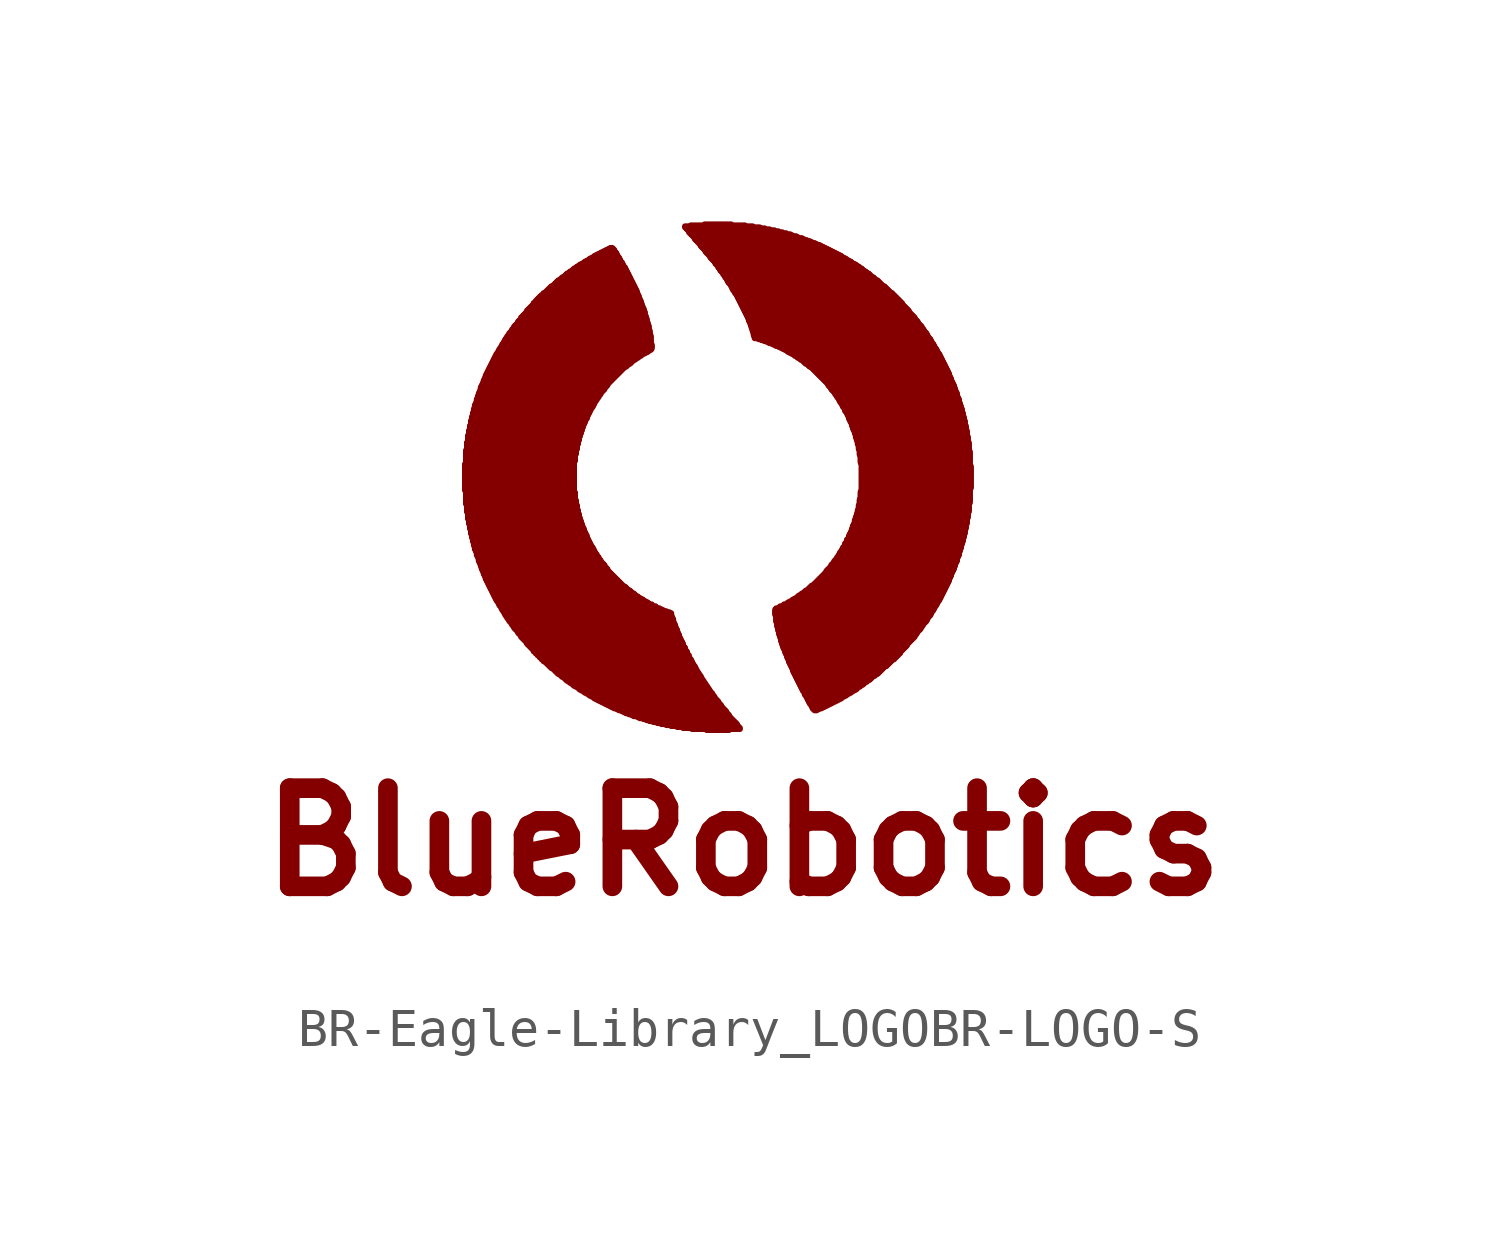
<source format=kicad_sym>
(kicad_symbol_lib
  (version 20231120)
  (generator "kicad_symbol_editor")
  (generator_version "8.0")
  (symbol "BR-Eagle-Library_LOGOBR-LOGO-S"
    (property "Reference" ""
      (at 0 0 0)
      (effects (font (size 1.27 1.27)) (hide yes)))
    (property "ki_locked" ""
      (at 0 0 0)
      (effects (font (size 1.27 1.27))))
    (symbol "BR-Eagle-Library_LOGOBR-LOGO-S_1_0"
      (rectangle (start -0.013 6.185) (end 2.807 6.21) (stroke (width 0) (type default)) (fill (type outline)))
      (rectangle (start -0.013 6.21) (end 2.807 6.236) (stroke (width 0) (type default)) (fill (type outline)))
      (rectangle (start -0.013 6.236) (end 2.807 6.261) (stroke (width 0) (type default)) (fill (type outline)))
      (rectangle (start -0.013 6.261) (end 2.807 6.287) (stroke (width 0) (type default)) (fill (type outline)))
      (rectangle (start -0.013 6.287) (end 2.807 6.312) (stroke (width 0) (type default)) (fill (type outline)))
      (rectangle (start -0.013 6.312) (end 2.807 6.337) (stroke (width 0) (type default)) (fill (type outline)))
      (rectangle (start -0.013 6.337) (end 2.807 6.363) (stroke (width 0) (type default)) (fill (type outline)))
      (rectangle (start -0.013 6.363) (end 2.807 6.388) (stroke (width 0) (type default)) (fill (type outline)))
      (rectangle (start -0.013 6.388) (end 2.807 6.413) (stroke (width 0) (type default)) (fill (type outline)))
      (rectangle (start -0.013 6.413) (end 2.807 6.439) (stroke (width 0) (type default)) (fill (type outline)))
      (rectangle (start -0.013 6.439) (end 2.807 6.464) (stroke (width 0) (type default)) (fill (type outline)))
      (rectangle (start -0.013 6.464) (end 2.807 6.49) (stroke (width 0) (type default)) (fill (type outline)))
      (rectangle (start -0.013 6.49) (end 2.807 6.515) (stroke (width 0) (type default)) (fill (type outline)))
      (rectangle (start -0.013 6.515) (end 2.807 6.54) (stroke (width 0) (type default)) (fill (type outline)))
      (rectangle (start -0.013 6.54) (end 2.807 6.566) (stroke (width 0) (type default)) (fill (type outline)))
      (rectangle (start -0.013 6.566) (end 2.807 6.591) (stroke (width 0) (type default)) (fill (type outline)))
      (rectangle (start -0.013 6.591) (end 2.807 6.617) (stroke (width 0) (type default)) (fill (type outline)))
      (rectangle (start -0.013 6.617) (end 2.807 6.642) (stroke (width 0) (type default)) (fill (type outline)))
      (rectangle (start -0.013 6.642) (end 2.807 6.668) (stroke (width 0) (type default)) (fill (type outline)))
      (rectangle (start -0.013 6.668) (end 2.807 6.693) (stroke (width 0) (type default)) (fill (type outline)))
      (rectangle (start -0.013 6.693) (end 2.807 6.718) (stroke (width 0) (type default)) (fill (type outline)))
      (rectangle (start -0.013 6.718) (end 2.807 6.744) (stroke (width 0) (type default)) (fill (type outline)))
      (rectangle (start -0.013 6.744) (end 2.807 6.769) (stroke (width 0) (type default)) (fill (type outline)))
      (rectangle (start -0.013 6.769) (end 2.807 6.795) (stroke (width 0) (type default)) (fill (type outline)))
      (rectangle (start -0.013 6.795) (end 2.807 6.82) (stroke (width 0) (type default)) (fill (type outline)))
      (rectangle (start -0.013 6.82) (end 2.807 6.845) (stroke (width 0) (type default)) (fill (type outline)))
      (rectangle (start -0.013 6.845) (end 2.807 6.871) (stroke (width 0) (type default)) (fill (type outline)))
      (rectangle (start 0.013 5.829) (end 2.857 5.855) (stroke (width 0) (type default)) (fill (type outline)))
      (rectangle (start 0.013 5.855) (end 2.857 5.88) (stroke (width 0) (type default)) (fill (type outline)))
      (rectangle (start 0.013 5.88) (end 2.857 5.905) (stroke (width 0) (type default)) (fill (type outline)))
      (rectangle (start 0.013 5.905) (end 2.857 5.931) (stroke (width 0) (type default)) (fill (type outline)))
      (rectangle (start 0.013 5.931) (end 2.832 5.956) (stroke (width 0) (type default)) (fill (type outline)))
      (rectangle (start 0.013 5.956) (end 2.832 5.982) (stroke (width 0) (type default)) (fill (type outline)))
      (rectangle (start 0.013 5.982) (end 2.832 6.007) (stroke (width 0) (type default)) (fill (type outline)))
      (rectangle (start 0.013 6.007) (end 2.832 6.032) (stroke (width 0) (type default)) (fill (type outline)))
      (rectangle (start 0.013 6.032) (end 2.832 6.058) (stroke (width 0) (type default)) (fill (type outline)))
      (rectangle (start 0.013 6.058) (end 2.832 6.083) (stroke (width 0) (type default)) (fill (type outline)))
      (rectangle (start 0.013 6.083) (end 2.832 6.109) (stroke (width 0) (type default)) (fill (type outline)))
      (rectangle (start 0.013 6.109) (end 2.832 6.134) (stroke (width 0) (type default)) (fill (type outline)))
      (rectangle (start 0.013 6.134) (end 2.807 6.16) (stroke (width 0) (type default)) (fill (type outline)))
      (rectangle (start 0.013 6.16) (end 2.807 6.185) (stroke (width 0) (type default)) (fill (type outline)))
      (rectangle (start 0.013 6.871) (end 2.807 6.896) (stroke (width 0) (type default)) (fill (type outline)))
      (rectangle (start 0.013 6.896) (end 2.807 6.921) (stroke (width 0) (type default)) (fill (type outline)))
      (rectangle (start 0.013 6.921) (end 2.807 6.947) (stroke (width 0) (type default)) (fill (type outline)))
      (rectangle (start 0.013 6.947) (end 2.832 6.972) (stroke (width 0) (type default)) (fill (type outline)))
      (rectangle (start 0.013 6.972) (end 2.832 6.998) (stroke (width 0) (type default)) (fill (type outline)))
      (rectangle (start 0.013 6.998) (end 2.832 7.023) (stroke (width 0) (type default)) (fill (type outline)))
      (rectangle (start 0.013 7.023) (end 2.832 7.048) (stroke (width 0) (type default)) (fill (type outline)))
      (rectangle (start 0.013 7.048) (end 2.832 7.074) (stroke (width 0) (type default)) (fill (type outline)))
      (rectangle (start 0.013 7.074) (end 2.832 7.099) (stroke (width 0) (type default)) (fill (type outline)))
      (rectangle (start 0.013 7.099) (end 2.832 7.125) (stroke (width 0) (type default)) (fill (type outline)))
      (rectangle (start 0.013 7.125) (end 2.857 7.15) (stroke (width 0) (type default)) (fill (type outline)))
      (rectangle (start 0.013 7.15) (end 2.857 7.176) (stroke (width 0) (type default)) (fill (type outline)))
      (rectangle (start 0.013 7.176) (end 2.857 7.201) (stroke (width 0) (type default)) (fill (type outline)))
      (rectangle (start 0.013 7.201) (end 2.857 7.226) (stroke (width 0) (type default)) (fill (type outline)))
      (rectangle (start 0.038 5.626) (end 2.908 5.652) (stroke (width 0) (type default)) (fill (type outline)))
      (rectangle (start 0.038 5.652) (end 2.908 5.677) (stroke (width 0) (type default)) (fill (type outline)))
      (rectangle (start 0.038 5.677) (end 2.883 5.702) (stroke (width 0) (type default)) (fill (type outline)))
      (rectangle (start 0.038 5.702) (end 2.883 5.728) (stroke (width 0) (type default)) (fill (type outline)))
      (rectangle (start 0.038 5.728) (end 2.883 5.753) (stroke (width 0) (type default)) (fill (type outline)))
      (rectangle (start 0.038 5.753) (end 2.883 5.779) (stroke (width 0) (type default)) (fill (type outline)))
      (rectangle (start 0.038 5.779) (end 2.883 5.804) (stroke (width 0) (type default)) (fill (type outline)))
      (rectangle (start 0.038 5.804) (end 2.857 5.829) (stroke (width 0) (type default)) (fill (type outline)))
      (rectangle (start 0.038 7.226) (end 2.857 7.252) (stroke (width 0) (type default)) (fill (type outline)))
      (rectangle (start 0.038 7.252) (end 2.883 7.277) (stroke (width 0) (type default)) (fill (type outline)))
      (rectangle (start 0.038 7.277) (end 2.883 7.303) (stroke (width 0) (type default)) (fill (type outline)))
      (rectangle (start 0.038 7.303) (end 2.883 7.328) (stroke (width 0) (type default)) (fill (type outline)))
      (rectangle (start 0.038 7.328) (end 2.883 7.353) (stroke (width 0) (type default)) (fill (type outline)))
      (rectangle (start 0.038 7.353) (end 2.883 7.379) (stroke (width 0) (type default)) (fill (type outline)))
      (rectangle (start 0.038 7.379) (end 2.908 7.404) (stroke (width 0) (type default)) (fill (type outline)))
      (rectangle (start 0.038 7.404) (end 2.908 7.429) (stroke (width 0) (type default)) (fill (type outline)))
      (rectangle (start 0.064 5.448) (end 2.959 5.474) (stroke (width 0) (type default)) (fill (type outline)))
      (rectangle (start 0.064 5.474) (end 2.934 5.499) (stroke (width 0) (type default)) (fill (type outline)))
      (rectangle (start 0.064 5.499) (end 2.934 5.524) (stroke (width 0) (type default)) (fill (type outline)))
      (rectangle (start 0.064 5.524) (end 2.934 5.55) (stroke (width 0) (type default)) (fill (type outline)))
      (rectangle (start 0.064 5.55) (end 2.934 5.575) (stroke (width 0) (type default)) (fill (type outline)))
      (rectangle (start 0.064 5.575) (end 2.908 5.601) (stroke (width 0) (type default)) (fill (type outline)))
      (rectangle (start 0.064 5.601) (end 2.908 5.626) (stroke (width 0) (type default)) (fill (type outline)))
      (rectangle (start 0.064 7.429) (end 2.908 7.455) (stroke (width 0) (type default)) (fill (type outline)))
      (rectangle (start 0.064 7.455) (end 2.908 7.48) (stroke (width 0) (type default)) (fill (type outline)))
      (rectangle (start 0.064 7.48) (end 2.934 7.506) (stroke (width 0) (type default)) (fill (type outline)))
      (rectangle (start 0.064 7.506) (end 2.934 7.531) (stroke (width 0) (type default)) (fill (type outline)))
      (rectangle (start 0.064 7.531) (end 2.934 7.556) (stroke (width 0) (type default)) (fill (type outline)))
      (rectangle (start 0.064 7.556) (end 2.934 7.582) (stroke (width 0) (type default)) (fill (type outline)))
      (rectangle (start 0.064 7.582) (end 2.959 7.607) (stroke (width 0) (type default)) (fill (type outline)))
      (rectangle (start 0.089 5.321) (end 2.985 5.347) (stroke (width 0) (type default)) (fill (type outline)))
      (rectangle (start 0.089 5.347) (end 2.985 5.372) (stroke (width 0) (type default)) (fill (type outline)))
      (rectangle (start 0.089 5.372) (end 2.985 5.397) (stroke (width 0) (type default)) (fill (type outline)))
      (rectangle (start 0.089 5.397) (end 2.959 5.423) (stroke (width 0) (type default)) (fill (type outline)))
      (rectangle (start 0.089 5.423) (end 2.959 5.448) (stroke (width 0) (type default)) (fill (type outline)))
      (rectangle (start 0.089 7.607) (end 2.959 7.633) (stroke (width 0) (type default)) (fill (type outline)))
      (rectangle (start 0.089 7.633) (end 2.959 7.658) (stroke (width 0) (type default)) (fill (type outline)))
      (rectangle (start 0.089 7.658) (end 2.985 7.684) (stroke (width 0) (type default)) (fill (type outline)))
      (rectangle (start 0.089 7.684) (end 2.985 7.709) (stroke (width 0) (type default)) (fill (type outline)))
      (rectangle (start 0.089 7.709) (end 2.985 7.734) (stroke (width 0) (type default)) (fill (type outline)))
      (rectangle (start 0.114 5.194) (end 3.035 5.22) (stroke (width 0) (type default)) (fill (type outline)))
      (rectangle (start 0.114 5.22) (end 3.035 5.245) (stroke (width 0) (type default)) (fill (type outline)))
      (rectangle (start 0.114 5.245) (end 3.01 5.271) (stroke (width 0) (type default)) (fill (type outline)))
      (rectangle (start 0.114 5.271) (end 3.01 5.296) (stroke (width 0) (type default)) (fill (type outline)))
      (rectangle (start 0.114 5.296) (end 3.01 5.321) (stroke (width 0) (type default)) (fill (type outline)))
      (rectangle (start 0.114 7.734) (end 3.01 7.76) (stroke (width 0) (type default)) (fill (type outline)))
      (rectangle (start 0.114 7.76) (end 3.01 7.785) (stroke (width 0) (type default)) (fill (type outline)))
      (rectangle (start 0.114 7.785) (end 3.01 7.811) (stroke (width 0) (type default)) (fill (type outline)))
      (rectangle (start 0.114 7.811) (end 3.035 7.836) (stroke (width 0) (type default)) (fill (type outline)))
      (rectangle (start 0.114 7.836) (end 3.035 7.861) (stroke (width 0) (type default)) (fill (type outline)))
      (rectangle (start 0.14 5.067) (end 3.086 5.093) (stroke (width 0) (type default)) (fill (type outline)))
      (rectangle (start 0.14 5.093) (end 3.086 5.118) (stroke (width 0) (type default)) (fill (type outline)))
      (rectangle (start 0.14 5.118) (end 3.061 5.144) (stroke (width 0) (type default)) (fill (type outline)))
      (rectangle (start 0.14 5.144) (end 3.061 5.169) (stroke (width 0) (type default)) (fill (type outline)))
      (rectangle (start 0.14 5.169) (end 3.061 5.194) (stroke (width 0) (type default)) (fill (type outline)))
      (rectangle (start 0.14 7.861) (end 3.035 7.887) (stroke (width 0) (type default)) (fill (type outline)))
      (rectangle (start 0.14 7.887) (end 3.061 7.912) (stroke (width 0) (type default)) (fill (type outline)))
      (rectangle (start 0.14 7.912) (end 3.061 7.938) (stroke (width 0) (type default)) (fill (type outline)))
      (rectangle (start 0.14 7.938) (end 3.086 7.963) (stroke (width 0) (type default)) (fill (type outline)))
      (rectangle (start 0.14 7.963) (end 3.086 7.988) (stroke (width 0) (type default)) (fill (type outline)))
      (rectangle (start 0.165 4.966) (end 3.137 4.991) (stroke (width 0) (type default)) (fill (type outline)))
      (rectangle (start 0.165 4.991) (end 3.137 5.016) (stroke (width 0) (type default)) (fill (type outline)))
      (rectangle (start 0.165 5.016) (end 3.111 5.042) (stroke (width 0) (type default)) (fill (type outline)))
      (rectangle (start 0.165 5.042) (end 3.111 5.067) (stroke (width 0) (type default)) (fill (type outline)))
      (rectangle (start 0.165 7.988) (end 3.086 8.014) (stroke (width 0) (type default)) (fill (type outline)))
      (rectangle (start 0.165 8.014) (end 3.111 8.039) (stroke (width 0) (type default)) (fill (type outline)))
      (rectangle (start 0.165 8.039) (end 3.137 8.065) (stroke (width 0) (type default)) (fill (type outline)))
      (rectangle (start 0.165 8.065) (end 3.137 8.09) (stroke (width 0) (type default)) (fill (type outline)))
      (rectangle (start 0.191 4.864) (end 3.188 4.889) (stroke (width 0) (type default)) (fill (type outline)))
      (rectangle (start 0.191 4.889) (end 3.162 4.915) (stroke (width 0) (type default)) (fill (type outline)))
      (rectangle (start 0.191 4.915) (end 3.162 4.94) (stroke (width 0) (type default)) (fill (type outline)))
      (rectangle (start 0.191 4.94) (end 3.137 4.966) (stroke (width 0) (type default)) (fill (type outline)))
      (rectangle (start 0.191 8.09) (end 3.137 8.115) (stroke (width 0) (type default)) (fill (type outline)))
      (rectangle (start 0.191 8.115) (end 3.162 8.141) (stroke (width 0) (type default)) (fill (type outline)))
      (rectangle (start 0.191 8.141) (end 3.162 8.166) (stroke (width 0) (type default)) (fill (type outline)))
      (rectangle (start 0.191 8.166) (end 3.188 8.191) (stroke (width 0) (type default)) (fill (type outline)))
      (rectangle (start 0.216 4.763) (end 3.239 4.788) (stroke (width 0) (type default)) (fill (type outline)))
      (rectangle (start 0.216 4.788) (end 3.213 4.813) (stroke (width 0) (type default)) (fill (type outline)))
      (rectangle (start 0.216 4.813) (end 3.213 4.839) (stroke (width 0) (type default)) (fill (type outline)))
      (rectangle (start 0.216 4.839) (end 3.188 4.864) (stroke (width 0) (type default)) (fill (type outline)))
      (rectangle (start 0.216 8.191) (end 3.188 8.217) (stroke (width 0) (type default)) (fill (type outline)))
      (rectangle (start 0.216 8.217) (end 3.213 8.242) (stroke (width 0) (type default)) (fill (type outline)))
      (rectangle (start 0.216 8.242) (end 3.213 8.268) (stroke (width 0) (type default)) (fill (type outline)))
      (rectangle (start 0.216 8.268) (end 3.239 8.293) (stroke (width 0) (type default)) (fill (type outline)))
      (rectangle (start 0.241 4.661) (end 3.289 4.686) (stroke (width 0) (type default)) (fill (type outline)))
      (rectangle (start 0.241 4.686) (end 3.289 4.712) (stroke (width 0) (type default)) (fill (type outline)))
      (rectangle (start 0.241 4.712) (end 3.264 4.737) (stroke (width 0) (type default)) (fill (type outline)))
      (rectangle (start 0.241 4.737) (end 3.239 4.763) (stroke (width 0) (type default)) (fill (type outline)))
      (rectangle (start 0.241 8.293) (end 3.239 8.319) (stroke (width 0) (type default)) (fill (type outline)))
      (rectangle (start 0.241 8.319) (end 3.264 8.344) (stroke (width 0) (type default)) (fill (type outline)))
      (rectangle (start 0.241 8.344) (end 3.289 8.369) (stroke (width 0) (type default)) (fill (type outline)))
      (rectangle (start 0.241 8.369) (end 3.289 8.395) (stroke (width 0) (type default)) (fill (type outline)))
      (rectangle (start 0.267 4.61) (end 3.315 4.636) (stroke (width 0) (type default)) (fill (type outline)))
      (rectangle (start 0.267 4.636) (end 3.315 4.661) (stroke (width 0) (type default)) (fill (type outline)))
      (rectangle (start 0.267 8.395) (end 3.315 8.42) (stroke (width 0) (type default)) (fill (type outline)))
      (rectangle (start 0.267 8.42) (end 3.315 8.445) (stroke (width 0) (type default)) (fill (type outline)))
      (rectangle (start 0.292 4.508) (end 3.391 4.534) (stroke (width 0) (type default)) (fill (type outline)))
      (rectangle (start 0.292 4.534) (end 3.365 4.559) (stroke (width 0) (type default)) (fill (type outline)))
      (rectangle (start 0.292 4.559) (end 3.34 4.585) (stroke (width 0) (type default)) (fill (type outline)))
      (rectangle (start 0.292 4.585) (end 3.34 4.61) (stroke (width 0) (type default)) (fill (type outline)))
      (rectangle (start 0.292 8.445) (end 3.34 8.471) (stroke (width 0) (type default)) (fill (type outline)))
      (rectangle (start 0.292 8.471) (end 3.34 8.496) (stroke (width 0) (type default)) (fill (type outline)))
      (rectangle (start 0.292 8.496) (end 3.365 8.522) (stroke (width 0) (type default)) (fill (type outline)))
      (rectangle (start 0.292 8.522) (end 3.391 8.547) (stroke (width 0) (type default)) (fill (type outline)))
      (rectangle (start 0.318 4.458) (end 3.416 4.483) (stroke (width 0) (type default)) (fill (type outline)))
      (rectangle (start 0.318 4.483) (end 3.391 4.508) (stroke (width 0) (type default)) (fill (type outline)))
      (rectangle (start 0.318 8.547) (end 3.391 8.572) (stroke (width 0) (type default)) (fill (type outline)))
      (rectangle (start 0.318 8.572) (end 3.416 8.598) (stroke (width 0) (type default)) (fill (type outline)))
      (rectangle (start 0.318 8.598) (end 3.442 8.623) (stroke (width 0) (type default)) (fill (type outline)))
      (rectangle (start 0.343 4.356) (end 3.493 4.381) (stroke (width 0) (type default)) (fill (type outline)))
      (rectangle (start 0.343 4.381) (end 3.467 4.407) (stroke (width 0) (type default)) (fill (type outline)))
      (rectangle (start 0.343 4.407) (end 3.442 4.432) (stroke (width 0) (type default)) (fill (type outline)))
      (rectangle (start 0.343 4.432) (end 3.442 4.458) (stroke (width 0) (type default)) (fill (type outline)))
      (rectangle (start 0.343 8.623) (end 3.442 8.649) (stroke (width 0) (type default)) (fill (type outline)))
      (rectangle (start 0.343 8.649) (end 3.467 8.674) (stroke (width 0) (type default)) (fill (type outline)))
      (rectangle (start 0.343 8.674) (end 3.493 8.7) (stroke (width 0) (type default)) (fill (type outline)))
      (rectangle (start 0.368 4.305) (end 3.518 4.331) (stroke (width 0) (type default)) (fill (type outline)))
      (rectangle (start 0.368 4.331) (end 3.493 4.356) (stroke (width 0) (type default)) (fill (type outline)))
      (rectangle (start 0.368 8.7) (end 3.493 8.725) (stroke (width 0) (type default)) (fill (type outline)))
      (rectangle (start 0.368 8.725) (end 3.518 8.75) (stroke (width 0) (type default)) (fill (type outline)))
      (rectangle (start 0.394 4.229) (end 3.594 4.255) (stroke (width 0) (type default)) (fill (type outline)))
      (rectangle (start 0.394 4.255) (end 3.569 4.28) (stroke (width 0) (type default)) (fill (type outline)))
      (rectangle (start 0.394 4.28) (end 3.543 4.305) (stroke (width 0) (type default)) (fill (type outline)))
      (rectangle (start 0.394 8.75) (end 3.543 8.776) (stroke (width 0) (type default)) (fill (type outline)))
      (rectangle (start 0.394 8.776) (end 3.569 8.801) (stroke (width 0) (type default)) (fill (type outline)))
      (rectangle (start 0.394 8.801) (end 3.594 8.826) (stroke (width 0) (type default)) (fill (type outline)))
      (rectangle (start 0.394 8.826) (end 3.594 8.852) (stroke (width 0) (type default)) (fill (type outline)))
      (rectangle (start 0.419 4.153) (end 3.645 4.178) (stroke (width 0) (type default)) (fill (type outline)))
      (rectangle (start 0.419 4.178) (end 3.619 4.204) (stroke (width 0) (type default)) (fill (type outline)))
      (rectangle (start 0.419 4.204) (end 3.594 4.229) (stroke (width 0) (type default)) (fill (type outline)))
      (rectangle (start 0.419 8.852) (end 3.619 8.877) (stroke (width 0) (type default)) (fill (type outline)))
      (rectangle (start 0.419 8.877) (end 3.645 8.903) (stroke (width 0) (type default)) (fill (type outline)))
      (rectangle (start 0.445 4.102) (end 3.67 4.128) (stroke (width 0) (type default)) (fill (type outline)))
      (rectangle (start 0.445 4.128) (end 3.67 4.153) (stroke (width 0) (type default)) (fill (type outline)))
      (rectangle (start 0.445 8.903) (end 3.67 8.928) (stroke (width 0) (type default)) (fill (type outline)))
      (rectangle (start 0.445 8.928) (end 3.67 8.954) (stroke (width 0) (type default)) (fill (type outline)))
      (rectangle (start 0.47 4.026) (end 3.747 4.051) (stroke (width 0) (type default)) (fill (type outline)))
      (rectangle (start 0.47 4.051) (end 3.721 4.077) (stroke (width 0) (type default)) (fill (type outline)))
      (rectangle (start 0.47 4.077) (end 3.696 4.102) (stroke (width 0) (type default)) (fill (type outline)))
      (rectangle (start 0.47 8.954) (end 3.696 8.979) (stroke (width 0) (type default)) (fill (type outline)))
      (rectangle (start 0.47 8.979) (end 3.721 9.004) (stroke (width 0) (type default)) (fill (type outline)))
      (rectangle (start 0.47 9.004) (end 3.747 9.03) (stroke (width 0) (type default)) (fill (type outline)))
      (rectangle (start 0.495 3.975) (end 3.797 4) (stroke (width 0) (type default)) (fill (type outline)))
      (rectangle (start 0.495 4) (end 3.772 4.026) (stroke (width 0) (type default)) (fill (type outline)))
      (rectangle (start 0.495 9.03) (end 3.772 9.055) (stroke (width 0) (type default)) (fill (type outline)))
      (rectangle (start 0.495 9.055) (end 3.797 9.081) (stroke (width 0) (type default)) (fill (type outline)))
      (rectangle (start 0.521 3.899) (end 3.873 3.924) (stroke (width 0) (type default)) (fill (type outline)))
      (rectangle (start 0.521 3.924) (end 3.848 3.95) (stroke (width 0) (type default)) (fill (type outline)))
      (rectangle (start 0.521 3.95) (end 3.823 3.975) (stroke (width 0) (type default)) (fill (type outline)))
      (rectangle (start 0.521 9.081) (end 3.823 9.106) (stroke (width 0) (type default)) (fill (type outline)))
      (rectangle (start 0.521 9.106) (end 3.848 9.131) (stroke (width 0) (type default)) (fill (type outline)))
      (rectangle (start 0.521 9.131) (end 3.873 9.157) (stroke (width 0) (type default)) (fill (type outline)))
      (rectangle (start 0.546 3.848) (end 3.924 3.873) (stroke (width 0) (type default)) (fill (type outline)))
      (rectangle (start 0.546 3.873) (end 3.899 3.899) (stroke (width 0) (type default)) (fill (type outline)))
      (rectangle (start 0.546 9.157) (end 3.899 9.182) (stroke (width 0) (type default)) (fill (type outline)))
      (rectangle (start 0.546 9.182) (end 3.924 9.207) (stroke (width 0) (type default)) (fill (type outline)))
      (rectangle (start 0.572 3.797) (end 3.975 3.823) (stroke (width 0) (type default)) (fill (type outline)))
      (rectangle (start 0.572 3.823) (end 3.95 3.848) (stroke (width 0) (type default)) (fill (type outline)))
      (rectangle (start 0.572 9.207) (end 3.95 9.233) (stroke (width 0) (type default)) (fill (type outline)))
      (rectangle (start 0.572 9.233) (end 3.975 9.258) (stroke (width 0) (type default)) (fill (type outline)))
      (rectangle (start 0.597 3.747) (end 4.026 3.772) (stroke (width 0) (type default)) (fill (type outline)))
      (rectangle (start 0.597 3.772) (end 4 3.797) (stroke (width 0) (type default)) (fill (type outline)))
      (rectangle (start 0.597 9.258) (end 4 9.284) (stroke (width 0) (type default)) (fill (type outline)))
      (rectangle (start 0.597 9.284) (end 4.026 9.309) (stroke (width 0) (type default)) (fill (type outline)))
      (rectangle (start 0.622 3.696) (end 4.077 3.721) (stroke (width 0) (type default)) (fill (type outline)))
      (rectangle (start 0.622 3.721) (end 4.051 3.747) (stroke (width 0) (type default)) (fill (type outline)))
      (rectangle (start 0.622 9.309) (end 4.051 9.335) (stroke (width 0) (type default)) (fill (type outline)))
      (rectangle (start 0.622 9.335) (end 4.077 9.36) (stroke (width 0) (type default)) (fill (type outline)))
      (rectangle (start 0.648 3.645) (end 4.153 3.67) (stroke (width 0) (type default)) (fill (type outline)))
      (rectangle (start 0.648 3.67) (end 4.128 3.696) (stroke (width 0) (type default)) (fill (type outline)))
      (rectangle (start 0.648 9.36) (end 4.102 9.385) (stroke (width 0) (type default)) (fill (type outline)))
      (rectangle (start 0.648 9.385) (end 4.153 9.411) (stroke (width 0) (type default)) (fill (type outline)))
      (rectangle (start 0.673 3.594) (end 4.204 3.619) (stroke (width 0) (type default)) (fill (type outline)))
      (rectangle (start 0.673 3.619) (end 4.178 3.645) (stroke (width 0) (type default)) (fill (type outline)))
      (rectangle (start 0.673 9.411) (end 4.178 9.436) (stroke (width 0) (type default)) (fill (type outline)))
      (rectangle (start 0.673 9.436) (end 4.204 9.461) (stroke (width 0) (type default)) (fill (type outline)))
      (rectangle (start 0.699 3.543) (end 4.28 3.569) (stroke (width 0) (type default)) (fill (type outline)))
      (rectangle (start 0.699 3.569) (end 4.255 3.594) (stroke (width 0) (type default)) (fill (type outline)))
      (rectangle (start 0.699 9.461) (end 4.255 9.487) (stroke (width 0) (type default)) (fill (type outline)))
      (rectangle (start 0.699 9.487) (end 4.28 9.512) (stroke (width 0) (type default)) (fill (type outline)))
      (rectangle (start 0.724 3.493) (end 4.356 3.518) (stroke (width 0) (type default)) (fill (type outline)))
      (rectangle (start 0.724 3.518) (end 4.305 3.543) (stroke (width 0) (type default)) (fill (type outline)))
      (rectangle (start 0.724 9.512) (end 4.305 9.538) (stroke (width 0) (type default)) (fill (type outline)))
      (rectangle (start 0.724 9.538) (end 4.331 9.563) (stroke (width 0) (type default)) (fill (type outline)))
      (rectangle (start 0.749 3.442) (end 4.407 3.467) (stroke (width 0) (type default)) (fill (type outline)))
      (rectangle (start 0.749 3.467) (end 4.381 3.493) (stroke (width 0) (type default)) (fill (type outline)))
      (rectangle (start 0.749 9.563) (end 4.381 9.588) (stroke (width 0) (type default)) (fill (type outline)))
      (rectangle (start 0.749 9.588) (end 4.407 9.614) (stroke (width 0) (type default)) (fill (type outline)))
      (rectangle (start 0.775 3.391) (end 4.483 3.416) (stroke (width 0) (type default)) (fill (type outline)))
      (rectangle (start 0.775 3.416) (end 4.458 3.442) (stroke (width 0) (type default)) (fill (type outline)))
      (rectangle (start 0.775 9.614) (end 4.458 9.639) (stroke (width 0) (type default)) (fill (type outline)))
      (rectangle (start 0.775 9.639) (end 4.483 9.665) (stroke (width 0) (type default)) (fill (type outline)))
      (rectangle (start 0.8 3.34) (end 4.585 3.365) (stroke (width 0) (type default)) (fill (type outline)))
      (rectangle (start 0.8 3.365) (end 4.534 3.391) (stroke (width 0) (type default)) (fill (type outline)))
      (rectangle (start 0.8 9.665) (end 4.534 9.69) (stroke (width 0) (type default)) (fill (type outline)))
      (rectangle (start 0.8 9.69) (end 4.559 9.716) (stroke (width 0) (type default)) (fill (type outline)))
      (rectangle (start 0.826 3.315) (end 4.61 3.34) (stroke (width 0) (type default)) (fill (type outline)))
      (rectangle (start 0.826 9.716) (end 4.61 9.741) (stroke (width 0) (type default)) (fill (type outline)))
      (rectangle (start 0.851 3.264) (end 4.712 3.289) (stroke (width 0) (type default)) (fill (type outline)))
      (rectangle (start 0.851 3.289) (end 4.661 3.315) (stroke (width 0) (type default)) (fill (type outline)))
      (rectangle (start 0.851 9.741) (end 4.661 9.766) (stroke (width 0) (type default)) (fill (type outline)))
      (rectangle (start 0.851 9.766) (end 4.712 9.792) (stroke (width 0) (type default)) (fill (type outline)))
      (rectangle (start 0.876 3.213) (end 4.813 3.239) (stroke (width 0) (type default)) (fill (type outline)))
      (rectangle (start 0.876 3.239) (end 4.737 3.264) (stroke (width 0) (type default)) (fill (type outline)))
      (rectangle (start 0.876 9.792) (end 4.737 9.817) (stroke (width 0) (type default)) (fill (type outline)))
      (rectangle (start 0.876 9.817) (end 4.788 9.842) (stroke (width 0) (type default)) (fill (type outline)))
      (rectangle (start 0.902 3.188) (end 4.839 3.213) (stroke (width 0) (type default)) (fill (type outline)))
      (rectangle (start 0.902 9.842) (end 4.813 9.868) (stroke (width 0) (type default)) (fill (type outline)))
      (rectangle (start 0.927 3.137) (end 4.94 3.162) (stroke (width 0) (type default)) (fill (type outline)))
      (rectangle (start 0.927 3.162) (end 4.915 3.188) (stroke (width 0) (type default)) (fill (type outline)))
      (rectangle (start 0.927 9.868) (end 4.813 9.893) (stroke (width 0) (type default)) (fill (type outline)))
      (rectangle (start 0.927 9.893) (end 4.813 9.919) (stroke (width 0) (type default)) (fill (type outline)))
      (rectangle (start 0.953 3.086) (end 5.067 3.111) (stroke (width 0) (type default)) (fill (type outline)))
      (rectangle (start 0.953 3.111) (end 5.016 3.137) (stroke (width 0) (type default)) (fill (type outline)))
      (rectangle (start 0.953 9.919) (end 4.813 9.944) (stroke (width 0) (type default)) (fill (type outline)))
      (rectangle (start 0.953 9.944) (end 4.813 9.97) (stroke (width 0) (type default)) (fill (type outline)))
      (rectangle (start 0.978 3.061) (end 5.118 3.086) (stroke (width 0) (type default)) (fill (type outline)))
      (rectangle (start 0.978 9.97) (end 4.788 9.995) (stroke (width 0) (type default)) (fill (type outline)))
      (rectangle (start 1.003 3.01) (end 5.271 3.035) (stroke (width 0) (type default)) (fill (type outline)))
      (rectangle (start 1.003 3.035) (end 5.194 3.061) (stroke (width 0) (type default)) (fill (type outline)))
      (rectangle (start 1.003 9.995) (end 4.788 10.02) (stroke (width 0) (type default)) (fill (type outline)))
      (rectangle (start 1.003 10.02) (end 4.788 10.046) (stroke (width 0) (type default)) (fill (type outline)))
      (rectangle (start 1.029 2.959) (end 5.321 2.985) (stroke (width 0) (type default)) (fill (type outline)))
      (rectangle (start 1.029 2.985) (end 5.321 3.01) (stroke (width 0) (type default)) (fill (type outline)))
      (rectangle (start 1.029 10.046) (end 4.788 10.071) (stroke (width 0) (type default)) (fill (type outline)))
      (rectangle (start 1.029 10.071) (end 4.788 10.097) (stroke (width 0) (type default)) (fill (type outline)))
      (rectangle (start 1.054 2.934) (end 5.321 2.959) (stroke (width 0) (type default)) (fill (type outline)))
      (rectangle (start 1.054 10.097) (end 4.788 10.122) (stroke (width 0) (type default)) (fill (type outline)))
      (rectangle (start 1.079 2.883) (end 5.347 2.908) (stroke (width 0) (type default)) (fill (type outline)))
      (rectangle (start 1.079 2.908) (end 5.321 2.934) (stroke (width 0) (type default)) (fill (type outline)))
      (rectangle (start 1.079 10.122) (end 4.788 10.147) (stroke (width 0) (type default)) (fill (type outline)))
      (rectangle (start 1.079 10.147) (end 4.788 10.173) (stroke (width 0) (type default)) (fill (type outline)))
      (rectangle (start 1.105 2.857) (end 5.347 2.883) (stroke (width 0) (type default)) (fill (type outline)))
      (rectangle (start 1.105 10.173) (end 4.788 10.198) (stroke (width 0) (type default)) (fill (type outline)))
      (rectangle (start 1.13 2.807) (end 5.372 2.832) (stroke (width 0) (type default)) (fill (type outline)))
      (rectangle (start 1.13 2.832) (end 5.372 2.857) (stroke (width 0) (type default)) (fill (type outline)))
      (rectangle (start 1.13 10.198) (end 4.763 10.223) (stroke (width 0) (type default)) (fill (type outline)))
      (rectangle (start 1.13 10.223) (end 4.763 10.249) (stroke (width 0) (type default)) (fill (type outline)))
      (rectangle (start 1.156 2.781) (end 5.372 2.807) (stroke (width 0) (type default)) (fill (type outline)))
      (rectangle (start 1.156 10.249) (end 4.763 10.274) (stroke (width 0) (type default)) (fill (type outline)))
      (rectangle (start 1.181 2.756) (end 5.372 2.781) (stroke (width 0) (type default)) (fill (type outline)))
      (rectangle (start 1.181 10.274) (end 4.763 10.3) (stroke (width 0) (type default)) (fill (type outline)))
      (rectangle (start 1.206 2.705) (end 5.397 2.731) (stroke (width 0) (type default)) (fill (type outline)))
      (rectangle (start 1.206 2.731) (end 5.397 2.756) (stroke (width 0) (type default)) (fill (type outline)))
      (rectangle (start 1.206 10.3) (end 4.763 10.325) (stroke (width 0) (type default)) (fill (type outline)))
      (rectangle (start 1.206 10.325) (end 4.737 10.351) (stroke (width 0) (type default)) (fill (type outline)))
      (rectangle (start 1.232 2.68) (end 5.423 2.705) (stroke (width 0) (type default)) (fill (type outline)))
      (rectangle (start 1.232 10.351) (end 4.737 10.376) (stroke (width 0) (type default)) (fill (type outline)))
      (rectangle (start 1.257 2.629) (end 5.423 2.654) (stroke (width 0) (type default)) (fill (type outline)))
      (rectangle (start 1.257 2.654) (end 5.423 2.68) (stroke (width 0) (type default)) (fill (type outline)))
      (rectangle (start 1.257 10.376) (end 4.737 10.401) (stroke (width 0) (type default)) (fill (type outline)))
      (rectangle (start 1.257 10.401) (end 4.737 10.427) (stroke (width 0) (type default)) (fill (type outline)))
      (rectangle (start 1.283 2.603) (end 5.448 2.629) (stroke (width 0) (type default)) (fill (type outline)))
      (rectangle (start 1.283 10.427) (end 4.737 10.452) (stroke (width 0) (type default)) (fill (type outline)))
      (rectangle (start 1.308 2.578) (end 5.448 2.603) (stroke (width 0) (type default)) (fill (type outline)))
      (rectangle (start 1.308 10.452) (end 4.712 10.477) (stroke (width 0) (type default)) (fill (type outline)))
      (rectangle (start 1.333 2.553) (end 5.474 2.578) (stroke (width 0) (type default)) (fill (type outline)))
      (rectangle (start 1.333 10.477) (end 4.712 10.503) (stroke (width 0) (type default)) (fill (type outline)))
      (rectangle (start 1.359 2.502) (end 5.474 2.527) (stroke (width 0) (type default)) (fill (type outline)))
      (rectangle (start 1.359 2.527) (end 5.474 2.553) (stroke (width 0) (type default)) (fill (type outline)))
      (rectangle (start 1.359 10.503) (end 4.712 10.528) (stroke (width 0) (type default)) (fill (type outline)))
      (rectangle (start 1.359 10.528) (end 4.686 10.554) (stroke (width 0) (type default)) (fill (type outline)))
      (rectangle (start 1.384 2.477) (end 5.499 2.502) (stroke (width 0) (type default)) (fill (type outline)))
      (rectangle (start 1.384 10.554) (end 4.686 10.579) (stroke (width 0) (type default)) (fill (type outline)))
      (rectangle (start 1.41 2.451) (end 5.499 2.477) (stroke (width 0) (type default)) (fill (type outline)))
      (rectangle (start 1.41 10.579) (end 4.686 10.604) (stroke (width 0) (type default)) (fill (type outline)))
      (rectangle (start 1.435 2.4) (end 5.524 2.426) (stroke (width 0) (type default)) (fill (type outline)))
      (rectangle (start 1.435 2.426) (end 5.524 2.451) (stroke (width 0) (type default)) (fill (type outline)))
      (rectangle (start 1.435 10.604) (end 4.686 10.63) (stroke (width 0) (type default)) (fill (type outline)))
      (rectangle (start 1.435 10.63) (end 4.661 10.655) (stroke (width 0) (type default)) (fill (type outline)))
      (rectangle (start 1.46 2.375) (end 5.524 2.4) (stroke (width 0) (type default)) (fill (type outline)))
      (rectangle (start 1.46 10.655) (end 4.661 10.681) (stroke (width 0) (type default)) (fill (type outline)))
      (rectangle (start 1.486 2.349) (end 5.55 2.375) (stroke (width 0) (type default)) (fill (type outline)))
      (rectangle (start 1.486 10.681) (end 4.661 10.706) (stroke (width 0) (type default)) (fill (type outline)))
      (rectangle (start 1.511 2.324) (end 5.55 2.349) (stroke (width 0) (type default)) (fill (type outline)))
      (rectangle (start 1.511 10.706) (end 4.636 10.732) (stroke (width 0) (type default)) (fill (type outline)))
      (rectangle (start 1.537 2.299) (end 5.575 2.324) (stroke (width 0) (type default)) (fill (type outline)))
      (rectangle (start 1.537 10.732) (end 4.636 10.757) (stroke (width 0) (type default)) (fill (type outline)))
      (rectangle (start 1.562 2.273) (end 5.575 2.299) (stroke (width 0) (type default)) (fill (type outline)))
      (rectangle (start 1.562 10.757) (end 4.636 10.782) (stroke (width 0) (type default)) (fill (type outline)))
      (rectangle (start 1.587 2.223) (end 5.601 2.248) (stroke (width 0) (type default)) (fill (type outline)))
      (rectangle (start 1.587 2.248) (end 5.601 2.273) (stroke (width 0) (type default)) (fill (type outline)))
      (rectangle (start 1.587 10.782) (end 4.636 10.808) (stroke (width 0) (type default)) (fill (type outline)))
      (rectangle (start 1.587 10.808) (end 4.61 10.833) (stroke (width 0) (type default)) (fill (type outline)))
      (rectangle (start 1.613 2.197) (end 5.626 2.223) (stroke (width 0) (type default)) (fill (type outline)))
      (rectangle (start 1.613 10.833) (end 4.61 10.858) (stroke (width 0) (type default)) (fill (type outline)))
      (rectangle (start 1.638 2.172) (end 5.626 2.197) (stroke (width 0) (type default)) (fill (type outline)))
      (rectangle (start 1.638 10.858) (end 4.61 10.884) (stroke (width 0) (type default)) (fill (type outline)))
      (rectangle (start 1.664 2.146) (end 5.626 2.172) (stroke (width 0) (type default)) (fill (type outline)))
      (rectangle (start 1.664 10.884) (end 4.585 10.909) (stroke (width 0) (type default)) (fill (type outline)))
      (rectangle (start 1.689 2.121) (end 5.652 2.146) (stroke (width 0) (type default)) (fill (type outline)))
      (rectangle (start 1.689 10.909) (end 4.585 10.935) (stroke (width 0) (type default)) (fill (type outline)))
      (rectangle (start 1.714 2.095) (end 5.677 2.121) (stroke (width 0) (type default)) (fill (type outline)))
      (rectangle (start 1.714 10.935) (end 4.559 10.96) (stroke (width 0) (type default)) (fill (type outline)))
      (rectangle (start 1.74 2.07) (end 5.677 2.095) (stroke (width 0) (type default)) (fill (type outline)))
      (rectangle (start 1.74 10.96) (end 4.559 10.986) (stroke (width 0) (type default)) (fill (type outline)))
      (rectangle (start 1.765 2.019) (end 5.702 2.045) (stroke (width 0) (type default)) (fill (type outline)))
      (rectangle (start 1.765 2.045) (end 5.677 2.07) (stroke (width 0) (type default)) (fill (type outline)))
      (rectangle (start 1.765 10.986) (end 4.559 11.011) (stroke (width 0) (type default)) (fill (type outline)))
      (rectangle (start 1.765 11.011) (end 4.534 11.036) (stroke (width 0) (type default)) (fill (type outline)))
      (rectangle (start 1.816 1.968) (end 5.728 1.994) (stroke (width 0) (type default)) (fill (type outline)))
      (rectangle (start 1.816 1.994) (end 5.728 2.019) (stroke (width 0) (type default)) (fill (type outline)))
      (rectangle (start 1.816 11.036) (end 4.534 11.062) (stroke (width 0) (type default)) (fill (type outline)))
      (rectangle (start 1.816 11.062) (end 4.534 11.087) (stroke (width 0) (type default)) (fill (type outline)))
      (rectangle (start 1.841 11.087) (end 4.508 11.113) (stroke (width 0) (type default)) (fill (type outline)))
      (rectangle (start 1.867 1.918) (end 5.753 1.943) (stroke (width 0) (type default)) (fill (type outline)))
      (rectangle (start 1.867 1.943) (end 5.728 1.968) (stroke (width 0) (type default)) (fill (type outline)))
      (rectangle (start 1.867 11.113) (end 4.508 11.138) (stroke (width 0) (type default)) (fill (type outline)))
      (rectangle (start 1.892 11.138) (end 4.483 11.163) (stroke (width 0) (type default)) (fill (type outline)))
      (rectangle (start 1.918 1.867) (end 5.779 1.892) (stroke (width 0) (type default)) (fill (type outline)))
      (rectangle (start 1.918 1.892) (end 5.779 1.918) (stroke (width 0) (type default)) (fill (type outline)))
      (rectangle (start 1.918 11.163) (end 4.483 11.189) (stroke (width 0) (type default)) (fill (type outline)))
      (rectangle (start 1.943 11.189) (end 4.483 11.214) (stroke (width 0) (type default)) (fill (type outline)))
      (rectangle (start 1.968 1.816) (end 5.804 1.841) (stroke (width 0) (type default)) (fill (type outline)))
      (rectangle (start 1.968 1.841) (end 5.779 1.867) (stroke (width 0) (type default)) (fill (type outline)))
      (rectangle (start 1.968 11.214) (end 4.458 11.239) (stroke (width 0) (type default)) (fill (type outline)))
      (rectangle (start 2.019 1.765) (end 5.829 1.791) (stroke (width 0) (type default)) (fill (type outline)))
      (rectangle (start 2.019 1.791) (end 5.829 1.816) (stroke (width 0) (type default)) (fill (type outline)))
      (rectangle (start 2.019 11.239) (end 4.458 11.265) (stroke (width 0) (type default)) (fill (type outline)))
      (rectangle (start 2.019 11.265) (end 4.432 11.29) (stroke (width 0) (type default)) (fill (type outline)))
      (rectangle (start 2.07 1.74) (end 5.855 1.765) (stroke (width 0) (type default)) (fill (type outline)))
      (rectangle (start 2.07 11.29) (end 4.432 11.316) (stroke (width 0) (type default)) (fill (type outline)))
      (rectangle (start 2.095 1.714) (end 5.855 1.74) (stroke (width 0) (type default)) (fill (type outline)))
      (rectangle (start 2.095 11.316) (end 4.432 11.341) (stroke (width 0) (type default)) (fill (type outline)))
      (rectangle (start 2.121 1.689) (end 5.88 1.714) (stroke (width 0) (type default)) (fill (type outline)))
      (rectangle (start 2.121 11.341) (end 4.407 11.367) (stroke (width 0) (type default)) (fill (type outline)))
      (rectangle (start 2.146 1.664) (end 5.88 1.689) (stroke (width 0) (type default)) (fill (type outline)))
      (rectangle (start 2.146 11.367) (end 4.407 11.392) (stroke (width 0) (type default)) (fill (type outline)))
      (rectangle (start 2.172 1.638) (end 5.905 1.664) (stroke (width 0) (type default)) (fill (type outline)))
      (rectangle (start 2.172 11.392) (end 4.381 11.417) (stroke (width 0) (type default)) (fill (type outline)))
      (rectangle (start 2.197 1.613) (end 5.931 1.638) (stroke (width 0) (type default)) (fill (type outline)))
      (rectangle (start 2.197 11.417) (end 4.381 11.443) (stroke (width 0) (type default)) (fill (type outline)))
      (rectangle (start 2.223 1.587) (end 5.931 1.613) (stroke (width 0) (type default)) (fill (type outline)))
      (rectangle (start 2.223 11.443) (end 4.356 11.468) (stroke (width 0) (type default)) (fill (type outline)))
      (rectangle (start 2.273 1.562) (end 5.956 1.587) (stroke (width 0) (type default)) (fill (type outline)))
      (rectangle (start 2.273 11.468) (end 4.356 11.493) (stroke (width 0) (type default)) (fill (type outline)))
      (rectangle (start 2.299 1.537) (end 5.956 1.562) (stroke (width 0) (type default)) (fill (type outline)))
      (rectangle (start 2.299 11.493) (end 4.331 11.519) (stroke (width 0) (type default)) (fill (type outline)))
      (rectangle (start 2.324 1.511) (end 5.982 1.537) (stroke (width 0) (type default)) (fill (type outline)))
      (rectangle (start 2.324 11.519) (end 4.331 11.544) (stroke (width 0) (type default)) (fill (type outline)))
      (rectangle (start 2.349 1.486) (end 5.982 1.511) (stroke (width 0) (type default)) (fill (type outline)))
      (rectangle (start 2.349 11.544) (end 4.305 11.57) (stroke (width 0) (type default)) (fill (type outline)))
      (rectangle (start 2.375 1.46) (end 6.007 1.486) (stroke (width 0) (type default)) (fill (type outline)))
      (rectangle (start 2.375 11.57) (end 4.305 11.595) (stroke (width 0) (type default)) (fill (type outline)))
      (rectangle (start 2.4 1.435) (end 6.032 1.46) (stroke (width 0) (type default)) (fill (type outline)))
      (rectangle (start 2.4 11.595) (end 4.28 11.62) (stroke (width 0) (type default)) (fill (type outline)))
      (rectangle (start 2.451 1.41) (end 6.032 1.435) (stroke (width 0) (type default)) (fill (type outline)))
      (rectangle (start 2.451 11.62) (end 4.28 11.646) (stroke (width 0) (type default)) (fill (type outline)))
      (rectangle (start 2.477 1.384) (end 6.058 1.41) (stroke (width 0) (type default)) (fill (type outline)))
      (rectangle (start 2.477 11.646) (end 4.255 11.671) (stroke (width 0) (type default)) (fill (type outline)))
      (rectangle (start 2.502 1.359) (end 6.083 1.384) (stroke (width 0) (type default)) (fill (type outline)))
      (rectangle (start 2.502 11.671) (end 4.255 11.697) (stroke (width 0) (type default)) (fill (type outline)))
      (rectangle (start 2.553 1.333) (end 6.083 1.359) (stroke (width 0) (type default)) (fill (type outline)))
      (rectangle (start 2.553 11.697) (end 4.229 11.722) (stroke (width 0) (type default)) (fill (type outline)))
      (rectangle (start 2.578 1.308) (end 6.109 1.333) (stroke (width 0) (type default)) (fill (type outline)))
      (rectangle (start 2.578 11.722) (end 4.229 11.748) (stroke (width 0) (type default)) (fill (type outline)))
      (rectangle (start 2.603 1.283) (end 6.109 1.308) (stroke (width 0) (type default)) (fill (type outline)))
      (rectangle (start 2.603 11.748) (end 4.204 11.773) (stroke (width 0) (type default)) (fill (type outline)))
      (rectangle (start 2.629 1.257) (end 6.134 1.283) (stroke (width 0) (type default)) (fill (type outline)))
      (rectangle (start 2.629 11.773) (end 4.204 11.798) (stroke (width 0) (type default)) (fill (type outline)))
      (rectangle (start 2.68 1.232) (end 6.16 1.257) (stroke (width 0) (type default)) (fill (type outline)))
      (rectangle (start 2.68 11.798) (end 4.178 11.824) (stroke (width 0) (type default)) (fill (type outline)))
      (rectangle (start 2.705 1.206) (end 6.16 1.232) (stroke (width 0) (type default)) (fill (type outline)))
      (rectangle (start 2.705 11.824) (end 4.178 11.849) (stroke (width 0) (type default)) (fill (type outline)))
      (rectangle (start 2.756 1.181) (end 6.185 1.206) (stroke (width 0) (type default)) (fill (type outline)))
      (rectangle (start 2.756 11.849) (end 4.153 11.874) (stroke (width 0) (type default)) (fill (type outline)))
      (rectangle (start 2.781 1.156) (end 6.21 1.181) (stroke (width 0) (type default)) (fill (type outline)))
      (rectangle (start 2.781 11.874) (end 4.153 11.9) (stroke (width 0) (type default)) (fill (type outline)))
      (rectangle (start 2.807 1.13) (end 6.21 1.156) (stroke (width 0) (type default)) (fill (type outline)))
      (rectangle (start 2.807 11.9) (end 4.128 11.925) (stroke (width 0) (type default)) (fill (type outline)))
      (rectangle (start 2.857 1.105) (end 6.236 1.13) (stroke (width 0) (type default)) (fill (type outline)))
      (rectangle (start 2.857 11.925) (end 4.128 11.951) (stroke (width 0) (type default)) (fill (type outline)))
      (rectangle (start 2.883 11.951) (end 4.102 11.976) (stroke (width 0) (type default)) (fill (type outline)))
      (rectangle (start 2.908 1.079) (end 6.261 1.105) (stroke (width 0) (type default)) (fill (type outline)))
      (rectangle (start 2.934 1.054) (end 6.261 1.079) (stroke (width 0) (type default)) (fill (type outline)))
      (rectangle (start 2.934 11.976) (end 4.077 12.002) (stroke (width 0) (type default)) (fill (type outline)))
      (rectangle (start 2.959 1.029) (end 6.287 1.054) (stroke (width 0) (type default)) (fill (type outline)))
      (rectangle (start 2.959 12.002) (end 4.077 12.027) (stroke (width 0) (type default)) (fill (type outline)))
      (rectangle (start 3.01 1.003) (end 6.312 1.029) (stroke (width 0) (type default)) (fill (type outline)))
      (rectangle (start 3.01 12.027) (end 4.051 12.052) (stroke (width 0) (type default)) (fill (type outline)))
      (rectangle (start 3.061 0.978) (end 6.312 1.003) (stroke (width 0) (type default)) (fill (type outline)))
      (rectangle (start 3.061 12.052) (end 4.051 12.078) (stroke (width 0) (type default)) (fill (type outline)))
      (rectangle (start 3.086 0.953) (end 6.337 0.978) (stroke (width 0) (type default)) (fill (type outline)))
      (rectangle (start 3.086 12.078) (end 4.026 12.103) (stroke (width 0) (type default)) (fill (type outline)))
      (rectangle (start 3.137 0.927) (end 6.363 0.953) (stroke (width 0) (type default)) (fill (type outline)))
      (rectangle (start 3.137 12.103) (end 4 12.129) (stroke (width 0) (type default)) (fill (type outline)))
      (rectangle (start 3.188 0.902) (end 6.388 0.927) (stroke (width 0) (type default)) (fill (type outline)))
      (rectangle (start 3.188 12.129) (end 4 12.154) (stroke (width 0) (type default)) (fill (type outline)))
      (rectangle (start 3.213 0.876) (end 6.388 0.902) (stroke (width 0) (type default)) (fill (type outline)))
      (rectangle (start 3.213 12.154) (end 3.975 12.179) (stroke (width 0) (type default)) (fill (type outline)))
      (rectangle (start 3.264 0.851) (end 6.413 0.876) (stroke (width 0) (type default)) (fill (type outline)))
      (rectangle (start 3.264 12.179) (end 3.975 12.205) (stroke (width 0) (type default)) (fill (type outline)))
      (rectangle (start 3.315 0.826) (end 6.439 0.851) (stroke (width 0) (type default)) (fill (type outline)))
      (rectangle (start 3.315 12.205) (end 3.95 12.23) (stroke (width 0) (type default)) (fill (type outline)))
      (rectangle (start 3.34 0.8) (end 6.439 0.826) (stroke (width 0) (type default)) (fill (type outline)))
      (rectangle (start 3.34 12.23) (end 3.924 12.255) (stroke (width 0) (type default)) (fill (type outline)))
      (rectangle (start 3.391 0.775) (end 6.464 0.8) (stroke (width 0) (type default)) (fill (type outline)))
      (rectangle (start 3.391 12.255) (end 3.924 12.281) (stroke (width 0) (type default)) (fill (type outline)))
      (rectangle (start 3.442 0.749) (end 6.49 0.775) (stroke (width 0) (type default)) (fill (type outline)))
      (rectangle (start 3.442 12.281) (end 3.899 12.306) (stroke (width 0) (type default)) (fill (type outline)))
      (rectangle (start 3.493 0.724) (end 6.515 0.749) (stroke (width 0) (type default)) (fill (type outline)))
      (rectangle (start 3.493 12.306) (end 3.899 12.332) (stroke (width 0) (type default)) (fill (type outline)))
      (rectangle (start 3.543 0.699) (end 6.54 0.724) (stroke (width 0) (type default)) (fill (type outline)))
      (rectangle (start 3.543 12.332) (end 3.873 12.357) (stroke (width 0) (type default)) (fill (type outline)))
      (rectangle (start 3.594 0.673) (end 6.54 0.699) (stroke (width 0) (type default)) (fill (type outline)))
      (rectangle (start 3.594 12.357) (end 3.848 12.383) (stroke (width 0) (type default)) (fill (type outline)))
      (rectangle (start 3.645 0.648) (end 6.566 0.673) (stroke (width 0) (type default)) (fill (type outline)))
      (rectangle (start 3.645 12.383) (end 3.848 12.408) (stroke (width 0) (type default)) (fill (type outline)))
      (rectangle (start 3.696 0.622) (end 6.591 0.648) (stroke (width 0) (type default)) (fill (type outline)))
      (rectangle (start 3.696 12.408) (end 3.823 12.433) (stroke (width 0) (type default)) (fill (type outline)))
      (rectangle (start 3.747 0.597) (end 6.617 0.622) (stroke (width 0) (type default)) (fill (type outline)))
      (rectangle (start 3.747 12.433) (end 3.797 12.459) (stroke (width 0) (type default)) (fill (type outline)))
      (rectangle (start 3.797 0.572) (end 6.617 0.597) (stroke (width 0) (type default)) (fill (type outline)))
      (rectangle (start 3.848 0.546) (end 6.642 0.572) (stroke (width 0) (type default)) (fill (type outline)))
      (rectangle (start 3.924 0.521) (end 6.668 0.546) (stroke (width 0) (type default)) (fill (type outline)))
      (rectangle (start 3.975 0.495) (end 6.693 0.521) (stroke (width 0) (type default)) (fill (type outline)))
      (rectangle (start 4.051 0.47) (end 6.718 0.495) (stroke (width 0) (type default)) (fill (type outline)))
      (rectangle (start 4.102 0.445) (end 6.744 0.47) (stroke (width 0) (type default)) (fill (type outline)))
      (rectangle (start 4.153 0.419) (end 6.744 0.445) (stroke (width 0) (type default)) (fill (type outline)))
      (rectangle (start 4.229 0.394) (end 6.769 0.419) (stroke (width 0) (type default)) (fill (type outline)))
      (rectangle (start 4.305 0.368) (end 6.795 0.394) (stroke (width 0) (type default)) (fill (type outline)))
      (rectangle (start 4.356 0.343) (end 6.82 0.368) (stroke (width 0) (type default)) (fill (type outline)))
      (rectangle (start 4.458 0.318) (end 6.82 0.343) (stroke (width 0) (type default)) (fill (type outline)))
      (rectangle (start 4.508 0.292) (end 6.845 0.318) (stroke (width 0) (type default)) (fill (type outline)))
      (rectangle (start 4.61 0.267) (end 6.871 0.292) (stroke (width 0) (type default)) (fill (type outline)))
      (rectangle (start 4.686 0.241) (end 6.896 0.267) (stroke (width 0) (type default)) (fill (type outline)))
      (rectangle (start 4.763 0.216) (end 6.921 0.241) (stroke (width 0) (type default)) (fill (type outline)))
      (rectangle (start 4.864 0.191) (end 6.947 0.216) (stroke (width 0) (type default)) (fill (type outline)))
      (rectangle (start 4.966 0.165) (end 6.972 0.191) (stroke (width 0) (type default)) (fill (type outline)))
      (rectangle (start 5.067 0.14) (end 6.998 0.165) (stroke (width 0) (type default)) (fill (type outline)))
      (rectangle (start 5.194 0.114) (end 7.023 0.14) (stroke (width 0) (type default)) (fill (type outline)))
      (rectangle (start 5.321 0.089) (end 7.023 0.114) (stroke (width 0) (type default)) (fill (type outline)))
      (rectangle (start 5.474 0.064) (end 7.048 0.089) (stroke (width 0) (type default)) (fill (type outline)))
      (rectangle (start 5.626 0.038) (end 7.074 0.064) (stroke (width 0) (type default)) (fill (type outline)))
      (rectangle (start 5.677 12.992) (end 7.429 13.018) (stroke (width 0) (type default)) (fill (type outline)))
      (rectangle (start 5.702 12.967) (end 7.607 12.992) (stroke (width 0) (type default)) (fill (type outline)))
      (rectangle (start 5.728 12.941) (end 7.734 12.967) (stroke (width 0) (type default)) (fill (type outline)))
      (rectangle (start 5.753 12.916) (end 7.861 12.941) (stroke (width 0) (type default)) (fill (type outline)))
      (rectangle (start 5.779 12.865) (end 8.09 12.89) (stroke (width 0) (type default)) (fill (type outline)))
      (rectangle (start 5.779 12.89) (end 7.988 12.916) (stroke (width 0) (type default)) (fill (type outline)))
      (rectangle (start 5.804 12.84) (end 8.191 12.865) (stroke (width 0) (type default)) (fill (type outline)))
      (rectangle (start 5.829 12.814) (end 8.293 12.84) (stroke (width 0) (type default)) (fill (type outline)))
      (rectangle (start 5.829 13.018) (end 7.226 13.043) (stroke (width 0) (type default)) (fill (type outline)))
      (rectangle (start 5.855 0.013) (end 7.099 0.038) (stroke (width 0) (type default)) (fill (type outline)))
      (rectangle (start 5.855 12.789) (end 8.395 12.814) (stroke (width 0) (type default)) (fill (type outline)))
      (rectangle (start 5.88 12.764) (end 8.445 12.789) (stroke (width 0) (type default)) (fill (type outline)))
      (rectangle (start 5.905 12.738) (end 8.547 12.764) (stroke (width 0) (type default)) (fill (type outline)))
      (rectangle (start 5.931 12.687) (end 8.7 12.713) (stroke (width 0) (type default)) (fill (type outline)))
      (rectangle (start 5.931 12.713) (end 8.598 12.738) (stroke (width 0) (type default)) (fill (type outline)))
      (rectangle (start 5.956 12.662) (end 8.75 12.687) (stroke (width 0) (type default)) (fill (type outline)))
      (rectangle (start 5.982 12.636) (end 8.826 12.662) (stroke (width 0) (type default)) (fill (type outline)))
      (rectangle (start 6.007 12.611) (end 8.903 12.636) (stroke (width 0) (type default)) (fill (type outline)))
      (rectangle (start 6.032 12.586) (end 8.954 12.611) (stroke (width 0) (type default)) (fill (type outline)))
      (rectangle (start 6.058 12.56) (end 9.03 12.586) (stroke (width 0) (type default)) (fill (type outline)))
      (rectangle (start 6.083 12.509) (end 9.157 12.535) (stroke (width 0) (type default)) (fill (type outline)))
      (rectangle (start 6.083 12.535) (end 9.081 12.56) (stroke (width 0) (type default)) (fill (type outline)))
      (rectangle (start 6.109 12.484) (end 9.207 12.509) (stroke (width 0) (type default)) (fill (type outline)))
      (rectangle (start 6.134 12.459) (end 9.258 12.484) (stroke (width 0) (type default)) (fill (type outline)))
      (rectangle (start 6.16 12.433) (end 9.309 12.459) (stroke (width 0) (type default)) (fill (type outline)))
      (rectangle (start 6.185 12.408) (end 9.36 12.433) (stroke (width 0) (type default)) (fill (type outline)))
      (rectangle (start 6.185 13.043) (end 6.871 13.068) (stroke (width 0) (type default)) (fill (type outline)))
      (rectangle (start 6.21 12.357) (end 9.461 12.383) (stroke (width 0) (type default)) (fill (type outline)))
      (rectangle (start 6.21 12.383) (end 9.411 12.408) (stroke (width 0) (type default)) (fill (type outline)))
      (rectangle (start 6.236 -0.013) (end 6.82 0.013) (stroke (width 0) (type default)) (fill (type outline)))
      (rectangle (start 6.236 12.332) (end 9.512 12.357) (stroke (width 0) (type default)) (fill (type outline)))
      (rectangle (start 6.261 12.306) (end 9.563 12.332) (stroke (width 0) (type default)) (fill (type outline)))
      (rectangle (start 6.287 12.281) (end 9.614 12.306) (stroke (width 0) (type default)) (fill (type outline)))
      (rectangle (start 6.312 12.255) (end 9.665 12.281) (stroke (width 0) (type default)) (fill (type outline)))
      (rectangle (start 6.337 12.205) (end 9.741 12.23) (stroke (width 0) (type default)) (fill (type outline)))
      (rectangle (start 6.337 12.23) (end 9.716 12.255) (stroke (width 0) (type default)) (fill (type outline)))
      (rectangle (start 6.363 12.179) (end 9.792 12.205) (stroke (width 0) (type default)) (fill (type outline)))
      (rectangle (start 6.388 12.154) (end 9.842 12.179) (stroke (width 0) (type default)) (fill (type outline)))
      (rectangle (start 6.413 12.129) (end 9.868 12.154) (stroke (width 0) (type default)) (fill (type outline)))
      (rectangle (start 6.439 12.103) (end 9.919 12.129) (stroke (width 0) (type default)) (fill (type outline)))
      (rectangle (start 6.464 12.052) (end 9.995 12.078) (stroke (width 0) (type default)) (fill (type outline)))
      (rectangle (start 6.464 12.078) (end 9.97 12.103) (stroke (width 0) (type default)) (fill (type outline)))
      (rectangle (start 6.49 12.027) (end 10.046 12.052) (stroke (width 0) (type default)) (fill (type outline)))
      (rectangle (start 6.515 12.002) (end 10.097 12.027) (stroke (width 0) (type default)) (fill (type outline)))
      (rectangle (start 6.54 11.951) (end 10.173 11.976) (stroke (width 0) (type default)) (fill (type outline)))
      (rectangle (start 6.54 11.976) (end 10.122 12.002) (stroke (width 0) (type default)) (fill (type outline)))
      (rectangle (start 6.566 11.925) (end 10.198 11.951) (stroke (width 0) (type default)) (fill (type outline)))
      (rectangle (start 6.591 11.874) (end 10.274 11.9) (stroke (width 0) (type default)) (fill (type outline)))
      (rectangle (start 6.591 11.9) (end 10.249 11.925) (stroke (width 0) (type default)) (fill (type outline)))
      (rectangle (start 6.617 11.849) (end 10.3 11.874) (stroke (width 0) (type default)) (fill (type outline)))
      (rectangle (start 6.642 11.824) (end 10.351 11.849) (stroke (width 0) (type default)) (fill (type outline)))
      (rectangle (start 6.668 11.773) (end 10.427 11.798) (stroke (width 0) (type default)) (fill (type outline)))
      (rectangle (start 6.668 11.798) (end 10.376 11.824) (stroke (width 0) (type default)) (fill (type outline)))
      (rectangle (start 6.693 11.748) (end 10.452 11.773) (stroke (width 0) (type default)) (fill (type outline)))
      (rectangle (start 6.718 11.697) (end 10.503 11.722) (stroke (width 0) (type default)) (fill (type outline)))
      (rectangle (start 6.718 11.722) (end 10.477 11.748) (stroke (width 0) (type default)) (fill (type outline)))
      (rectangle (start 6.744 11.671) (end 10.554 11.697) (stroke (width 0) (type default)) (fill (type outline)))
      (rectangle (start 6.769 11.62) (end 10.604 11.646) (stroke (width 0) (type default)) (fill (type outline)))
      (rectangle (start 6.769 11.646) (end 10.579 11.671) (stroke (width 0) (type default)) (fill (type outline)))
      (rectangle (start 6.795 11.57) (end 10.681 11.595) (stroke (width 0) (type default)) (fill (type outline)))
      (rectangle (start 6.795 11.595) (end 10.655 11.62) (stroke (width 0) (type default)) (fill (type outline)))
      (rectangle (start 6.82 11.544) (end 10.706 11.57) (stroke (width 0) (type default)) (fill (type outline)))
      (rectangle (start 6.845 11.519) (end 10.732 11.544) (stroke (width 0) (type default)) (fill (type outline)))
      (rectangle (start 6.871 11.468) (end 10.782 11.493) (stroke (width 0) (type default)) (fill (type outline)))
      (rectangle (start 6.871 11.493) (end 10.757 11.519) (stroke (width 0) (type default)) (fill (type outline)))
      (rectangle (start 6.896 11.417) (end 10.858 11.443) (stroke (width 0) (type default)) (fill (type outline)))
      (rectangle (start 6.896 11.443) (end 10.833 11.468) (stroke (width 0) (type default)) (fill (type outline)))
      (rectangle (start 6.921 11.367) (end 10.909 11.392) (stroke (width 0) (type default)) (fill (type outline)))
      (rectangle (start 6.921 11.392) (end 10.884 11.417) (stroke (width 0) (type default)) (fill (type outline)))
      (rectangle (start 6.947 11.341) (end 10.935 11.367) (stroke (width 0) (type default)) (fill (type outline)))
      (rectangle (start 6.972 11.29) (end 10.986 11.316) (stroke (width 0) (type default)) (fill (type outline)))
      (rectangle (start 6.972 11.316) (end 10.96 11.341) (stroke (width 0) (type default)) (fill (type outline)))
      (rectangle (start 6.998 11.265) (end 11.036 11.29) (stroke (width 0) (type default)) (fill (type outline)))
      (rectangle (start 7.023 11.214) (end 11.087 11.239) (stroke (width 0) (type default)) (fill (type outline)))
      (rectangle (start 7.023 11.239) (end 11.036 11.265) (stroke (width 0) (type default)) (fill (type outline)))
      (rectangle (start 7.048 11.163) (end 11.138 11.189) (stroke (width 0) (type default)) (fill (type outline)))
      (rectangle (start 7.048 11.189) (end 11.087 11.214) (stroke (width 0) (type default)) (fill (type outline)))
      (rectangle (start 7.074 11.113) (end 11.189 11.138) (stroke (width 0) (type default)) (fill (type outline)))
      (rectangle (start 7.074 11.138) (end 11.138 11.163) (stroke (width 0) (type default)) (fill (type outline)))
      (rectangle (start 7.099 11.062) (end 11.239 11.087) (stroke (width 0) (type default)) (fill (type outline)))
      (rectangle (start 7.099 11.087) (end 11.189 11.113) (stroke (width 0) (type default)) (fill (type outline)))
      (rectangle (start 7.125 11.011) (end 11.29 11.036) (stroke (width 0) (type default)) (fill (type outline)))
      (rectangle (start 7.125 11.036) (end 11.239 11.062) (stroke (width 0) (type default)) (fill (type outline)))
      (rectangle (start 7.15 10.96) (end 11.316 10.986) (stroke (width 0) (type default)) (fill (type outline)))
      (rectangle (start 7.15 10.986) (end 11.29 11.011) (stroke (width 0) (type default)) (fill (type outline)))
      (rectangle (start 7.176 10.909) (end 11.367 10.935) (stroke (width 0) (type default)) (fill (type outline)))
      (rectangle (start 7.176 10.935) (end 11.341 10.96) (stroke (width 0) (type default)) (fill (type outline)))
      (rectangle (start 7.201 10.858) (end 11.417 10.884) (stroke (width 0) (type default)) (fill (type outline)))
      (rectangle (start 7.201 10.884) (end 11.392 10.909) (stroke (width 0) (type default)) (fill (type outline)))
      (rectangle (start 7.226 10.808) (end 11.468 10.833) (stroke (width 0) (type default)) (fill (type outline)))
      (rectangle (start 7.226 10.833) (end 11.443 10.858) (stroke (width 0) (type default)) (fill (type outline)))
      (rectangle (start 7.252 10.757) (end 11.493 10.782) (stroke (width 0) (type default)) (fill (type outline)))
      (rectangle (start 7.252 10.782) (end 11.468 10.808) (stroke (width 0) (type default)) (fill (type outline)))
      (rectangle (start 7.277 10.706) (end 11.544 10.732) (stroke (width 0) (type default)) (fill (type outline)))
      (rectangle (start 7.277 10.732) (end 11.519 10.757) (stroke (width 0) (type default)) (fill (type outline)))
      (rectangle (start 7.303 10.655) (end 11.595 10.681) (stroke (width 0) (type default)) (fill (type outline)))
      (rectangle (start 7.303 10.681) (end 11.57 10.706) (stroke (width 0) (type default)) (fill (type outline)))
      (rectangle (start 7.328 10.579) (end 11.646 10.604) (stroke (width 0) (type default)) (fill (type outline)))
      (rectangle (start 7.328 10.604) (end 11.62 10.63) (stroke (width 0) (type default)) (fill (type outline)))
      (rectangle (start 7.328 10.63) (end 11.62 10.655) (stroke (width 0) (type default)) (fill (type outline)))
      (rectangle (start 7.353 10.528) (end 11.697 10.554) (stroke (width 0) (type default)) (fill (type outline)))
      (rectangle (start 7.353 10.554) (end 11.671 10.579) (stroke (width 0) (type default)) (fill (type outline)))
      (rectangle (start 7.379 10.452) (end 11.748 10.477) (stroke (width 0) (type default)) (fill (type outline)))
      (rectangle (start 7.379 10.477) (end 11.722 10.503) (stroke (width 0) (type default)) (fill (type outline)))
      (rectangle (start 7.379 10.503) (end 11.697 10.528) (stroke (width 0) (type default)) (fill (type outline)))
      (rectangle (start 7.404 10.376) (end 11.798 10.401) (stroke (width 0) (type default)) (fill (type outline)))
      (rectangle (start 7.404 10.401) (end 11.798 10.427) (stroke (width 0) (type default)) (fill (type outline)))
      (rectangle (start 7.404 10.427) (end 11.773 10.452) (stroke (width 0) (type default)) (fill (type outline)))
      (rectangle (start 7.429 10.3) (end 11.849 10.325) (stroke (width 0) (type default)) (fill (type outline)))
      (rectangle (start 7.429 10.325) (end 11.849 10.351) (stroke (width 0) (type default)) (fill (type outline)))
      (rectangle (start 7.429 10.351) (end 11.824 10.376) (stroke (width 0) (type default)) (fill (type outline)))
      (rectangle (start 7.455 10.198) (end 11.925 10.223) (stroke (width 0) (type default)) (fill (type outline)))
      (rectangle (start 7.455 10.223) (end 11.925 10.249) (stroke (width 0) (type default)) (fill (type outline)))
      (rectangle (start 7.455 10.249) (end 11.9 10.274) (stroke (width 0) (type default)) (fill (type outline)))
      (rectangle (start 7.455 10.274) (end 11.874 10.3) (stroke (width 0) (type default)) (fill (type outline)))
      (rectangle (start 7.48 10.122) (end 11.976 10.147) (stroke (width 0) (type default)) (fill (type outline)))
      (rectangle (start 7.48 10.147) (end 11.951 10.173) (stroke (width 0) (type default)) (fill (type outline)))
      (rectangle (start 7.48 10.173) (end 11.951 10.198) (stroke (width 0) (type default)) (fill (type outline)))
      (rectangle (start 7.582 10.097) (end 12.002 10.122) (stroke (width 0) (type default)) (fill (type outline)))
      (rectangle (start 7.658 10.071) (end 12.027 10.097) (stroke (width 0) (type default)) (fill (type outline)))
      (rectangle (start 7.734 10.046) (end 12.027 10.071) (stroke (width 0) (type default)) (fill (type outline)))
      (rectangle (start 7.811 10.02) (end 12.052 10.046) (stroke (width 0) (type default)) (fill (type outline)))
      (rectangle (start 7.861 9.995) (end 12.052 10.02) (stroke (width 0) (type default)) (fill (type outline)))
      (rectangle (start 7.938 9.97) (end 12.078 9.995) (stroke (width 0) (type default)) (fill (type outline)))
      (rectangle (start 7.988 9.944) (end 12.103 9.97) (stroke (width 0) (type default)) (fill (type outline)))
      (rectangle (start 8.014 2.959) (end 12.027 2.985) (stroke (width 0) (type default)) (fill (type outline)))
      (rectangle (start 8.014 2.985) (end 12.027 3.01) (stroke (width 0) (type default)) (fill (type outline)))
      (rectangle (start 8.014 3.01) (end 12.052 3.035) (stroke (width 0) (type default)) (fill (type outline)))
      (rectangle (start 8.014 3.035) (end 12.052 3.061) (stroke (width 0) (type default)) (fill (type outline)))
      (rectangle (start 8.014 3.061) (end 12.078 3.086) (stroke (width 0) (type default)) (fill (type outline)))
      (rectangle (start 8.014 3.086) (end 12.103 3.111) (stroke (width 0) (type default)) (fill (type outline)))
      (rectangle (start 8.039 2.781) (end 11.9 2.807) (stroke (width 0) (type default)) (fill (type outline)))
      (rectangle (start 8.039 2.807) (end 11.925 2.832) (stroke (width 0) (type default)) (fill (type outline)))
      (rectangle (start 8.039 2.832) (end 11.925 2.857) (stroke (width 0) (type default)) (fill (type outline)))
      (rectangle (start 8.039 2.857) (end 11.951 2.883) (stroke (width 0) (type default)) (fill (type outline)))
      (rectangle (start 8.039 2.883) (end 11.951 2.908) (stroke (width 0) (type default)) (fill (type outline)))
      (rectangle (start 8.039 2.908) (end 11.976 2.934) (stroke (width 0) (type default)) (fill (type outline)))
      (rectangle (start 8.039 2.934) (end 12.002 2.959) (stroke (width 0) (type default)) (fill (type outline)))
      (rectangle (start 8.039 3.111) (end 12.103 3.137) (stroke (width 0) (type default)) (fill (type outline)))
      (rectangle (start 8.039 9.919) (end 12.103 9.944) (stroke (width 0) (type default)) (fill (type outline)))
      (rectangle (start 8.065 2.654) (end 11.798 2.68) (stroke (width 0) (type default)) (fill (type outline)))
      (rectangle (start 8.065 2.68) (end 11.824 2.705) (stroke (width 0) (type default)) (fill (type outline)))
      (rectangle (start 8.065 2.705) (end 11.824 2.731) (stroke (width 0) (type default)) (fill (type outline)))
      (rectangle (start 8.065 2.731) (end 11.849 2.756) (stroke (width 0) (type default)) (fill (type outline)))
      (rectangle (start 8.065 2.756) (end 11.874 2.781) (stroke (width 0) (type default)) (fill (type outline)))
      (rectangle (start 8.09 2.553) (end 11.722 2.578) (stroke (width 0) (type default)) (fill (type outline)))
      (rectangle (start 8.09 2.578) (end 11.748 2.603) (stroke (width 0) (type default)) (fill (type outline)))
      (rectangle (start 8.09 2.603) (end 11.773 2.629) (stroke (width 0) (type default)) (fill (type outline)))
      (rectangle (start 8.09 2.629) (end 11.773 2.654) (stroke (width 0) (type default)) (fill (type outline)))
      (rectangle (start 8.115 2.451) (end 11.646 2.477) (stroke (width 0) (type default)) (fill (type outline)))
      (rectangle (start 8.115 2.477) (end 11.671 2.502) (stroke (width 0) (type default)) (fill (type outline)))
      (rectangle (start 8.115 2.502) (end 11.671 2.527) (stroke (width 0) (type default)) (fill (type outline)))
      (rectangle (start 8.115 2.527) (end 11.697 2.553) (stroke (width 0) (type default)) (fill (type outline)))
      (rectangle (start 8.115 3.137) (end 12.129 3.162) (stroke (width 0) (type default)) (fill (type outline)))
      (rectangle (start 8.115 9.893) (end 12.129 9.919) (stroke (width 0) (type default)) (fill (type outline)))
      (rectangle (start 8.141 2.375) (end 11.595 2.4) (stroke (width 0) (type default)) (fill (type outline)))
      (rectangle (start 8.141 2.4) (end 11.62 2.426) (stroke (width 0) (type default)) (fill (type outline)))
      (rectangle (start 8.141 2.426) (end 11.62 2.451) (stroke (width 0) (type default)) (fill (type outline)))
      (rectangle (start 8.141 3.162) (end 12.129 3.188) (stroke (width 0) (type default)) (fill (type outline)))
      (rectangle (start 8.166 2.273) (end 11.493 2.299) (stroke (width 0) (type default)) (fill (type outline)))
      (rectangle (start 8.166 2.299) (end 11.519 2.324) (stroke (width 0) (type default)) (fill (type outline)))
      (rectangle (start 8.166 2.324) (end 11.544 2.349) (stroke (width 0) (type default)) (fill (type outline)))
      (rectangle (start 8.166 2.349) (end 11.57 2.375) (stroke (width 0) (type default)) (fill (type outline)))
      (rectangle (start 8.166 9.868) (end 12.129 9.893) (stroke (width 0) (type default)) (fill (type outline)))
      (rectangle (start 8.191 2.197) (end 11.417 2.223) (stroke (width 0) (type default)) (fill (type outline)))
      (rectangle (start 8.191 2.223) (end 11.443 2.248) (stroke (width 0) (type default)) (fill (type outline)))
      (rectangle (start 8.191 2.248) (end 11.468 2.273) (stroke (width 0) (type default)) (fill (type outline)))
      (rectangle (start 8.217 2.121) (end 11.367 2.146) (stroke (width 0) (type default)) (fill (type outline)))
      (rectangle (start 8.217 2.146) (end 11.392 2.172) (stroke (width 0) (type default)) (fill (type outline)))
      (rectangle (start 8.217 2.172) (end 11.417 2.197) (stroke (width 0) (type default)) (fill (type outline)))
      (rectangle (start 8.217 3.188) (end 12.154 3.213) (stroke (width 0) (type default)) (fill (type outline)))
      (rectangle (start 8.217 9.842) (end 12.154 9.868) (stroke (width 0) (type default)) (fill (type outline)))
      (rectangle (start 8.242 2.07) (end 11.316 2.095) (stroke (width 0) (type default)) (fill (type outline)))
      (rectangle (start 8.242 2.095) (end 11.341 2.121) (stroke (width 0) (type default)) (fill (type outline)))
      (rectangle (start 8.242 3.213) (end 12.179 3.239) (stroke (width 0) (type default)) (fill (type outline)))
      (rectangle (start 8.268 1.994) (end 11.239 2.019) (stroke (width 0) (type default)) (fill (type outline)))
      (rectangle (start 8.268 2.019) (end 11.265 2.045) (stroke (width 0) (type default)) (fill (type outline)))
      (rectangle (start 8.268 2.045) (end 11.29 2.07) (stroke (width 0) (type default)) (fill (type outline)))
      (rectangle (start 8.268 9.817) (end 12.179 9.842) (stroke (width 0) (type default)) (fill (type outline)))
      (rectangle (start 8.293 1.943) (end 11.189 1.968) (stroke (width 0) (type default)) (fill (type outline)))
      (rectangle (start 8.293 1.968) (end 11.239 1.994) (stroke (width 0) (type default)) (fill (type outline)))
      (rectangle (start 8.319 1.867) (end 11.138 1.892) (stroke (width 0) (type default)) (fill (type outline)))
      (rectangle (start 8.319 1.892) (end 11.138 1.918) (stroke (width 0) (type default)) (fill (type outline)))
      (rectangle (start 8.319 1.918) (end 11.189 1.943) (stroke (width 0) (type default)) (fill (type outline)))
      (rectangle (start 8.319 3.239) (end 12.179 3.264) (stroke (width 0) (type default)) (fill (type outline)))
      (rectangle (start 8.319 9.792) (end 12.179 9.817) (stroke (width 0) (type default)) (fill (type outline)))
      (rectangle (start 8.344 1.816) (end 11.087 1.841) (stroke (width 0) (type default)) (fill (type outline)))
      (rectangle (start 8.344 1.841) (end 11.087 1.867) (stroke (width 0) (type default)) (fill (type outline)))
      (rectangle (start 8.344 3.264) (end 12.205 3.289) (stroke (width 0) (type default)) (fill (type outline)))
      (rectangle (start 8.344 9.766) (end 12.205 9.792) (stroke (width 0) (type default)) (fill (type outline)))
      (rectangle (start 8.369 1.74) (end 10.986 1.765) (stroke (width 0) (type default)) (fill (type outline)))
      (rectangle (start 8.369 1.765) (end 11.011 1.791) (stroke (width 0) (type default)) (fill (type outline)))
      (rectangle (start 8.369 1.791) (end 11.036 1.816) (stroke (width 0) (type default)) (fill (type outline)))
      (rectangle (start 8.395 1.689) (end 10.935 1.714) (stroke (width 0) (type default)) (fill (type outline)))
      (rectangle (start 8.395 1.714) (end 10.96 1.74) (stroke (width 0) (type default)) (fill (type outline)))
      (rectangle (start 8.395 3.289) (end 12.205 3.315) (stroke (width 0) (type default)) (fill (type outline)))
      (rectangle (start 8.395 9.741) (end 12.205 9.766) (stroke (width 0) (type default)) (fill (type outline)))
      (rectangle (start 8.42 1.638) (end 10.884 1.664) (stroke (width 0) (type default)) (fill (type outline)))
      (rectangle (start 8.42 1.664) (end 10.909 1.689) (stroke (width 0) (type default)) (fill (type outline)))
      (rectangle (start 8.445 1.587) (end 10.808 1.613) (stroke (width 0) (type default)) (fill (type outline)))
      (rectangle (start 8.445 1.613) (end 10.833 1.638) (stroke (width 0) (type default)) (fill (type outline)))
      (rectangle (start 8.445 3.315) (end 12.23 3.34) (stroke (width 0) (type default)) (fill (type outline)))
      (rectangle (start 8.445 9.716) (end 12.23 9.741) (stroke (width 0) (type default)) (fill (type outline)))
      (rectangle (start 8.471 1.511) (end 10.732 1.537) (stroke (width 0) (type default)) (fill (type outline)))
      (rectangle (start 8.471 1.537) (end 10.757 1.562) (stroke (width 0) (type default)) (fill (type outline)))
      (rectangle (start 8.471 1.562) (end 10.782 1.587) (stroke (width 0) (type default)) (fill (type outline)))
      (rectangle (start 8.471 3.34) (end 12.255 3.365) (stroke (width 0) (type default)) (fill (type outline)))
      (rectangle (start 8.496 1.46) (end 10.681 1.486) (stroke (width 0) (type default)) (fill (type outline)))
      (rectangle (start 8.496 1.486) (end 10.706 1.511) (stroke (width 0) (type default)) (fill (type outline)))
      (rectangle (start 8.496 9.69) (end 12.255 9.716) (stroke (width 0) (type default)) (fill (type outline)))
      (rectangle (start 8.522 1.41) (end 10.604 1.435) (stroke (width 0) (type default)) (fill (type outline)))
      (rectangle (start 8.522 1.435) (end 10.655 1.46) (stroke (width 0) (type default)) (fill (type outline)))
      (rectangle (start 8.522 3.365) (end 12.255 3.391) (stroke (width 0) (type default)) (fill (type outline)))
      (rectangle (start 8.522 9.665) (end 12.255 9.69) (stroke (width 0) (type default)) (fill (type outline)))
      (rectangle (start 8.547 1.359) (end 10.528 1.384) (stroke (width 0) (type default)) (fill (type outline)))
      (rectangle (start 8.547 1.384) (end 10.579 1.41) (stroke (width 0) (type default)) (fill (type outline)))
      (rectangle (start 8.572 1.308) (end 10.477 1.333) (stroke (width 0) (type default)) (fill (type outline)))
      (rectangle (start 8.572 1.333) (end 10.503 1.359) (stroke (width 0) (type default)) (fill (type outline)))
      (rectangle (start 8.572 3.391) (end 12.281 3.416) (stroke (width 0) (type default)) (fill (type outline)))
      (rectangle (start 8.572 9.639) (end 12.281 9.665) (stroke (width 0) (type default)) (fill (type outline)))
      (rectangle (start 8.598 1.257) (end 10.401 1.283) (stroke (width 0) (type default)) (fill (type outline)))
      (rectangle (start 8.598 1.283) (end 10.452 1.308) (stroke (width 0) (type default)) (fill (type outline)))
      (rectangle (start 8.598 3.416) (end 12.281 3.442) (stroke (width 0) (type default)) (fill (type outline)))
      (rectangle (start 8.598 9.614) (end 12.281 9.639) (stroke (width 0) (type default)) (fill (type outline)))
      (rectangle (start 8.623 1.206) (end 10.325 1.232) (stroke (width 0) (type default)) (fill (type outline)))
      (rectangle (start 8.623 1.232) (end 10.376 1.257) (stroke (width 0) (type default)) (fill (type outline)))
      (rectangle (start 8.623 3.442) (end 12.306 3.467) (stroke (width 0) (type default)) (fill (type outline)))
      (rectangle (start 8.649 1.156) (end 10.274 1.181) (stroke (width 0) (type default)) (fill (type outline)))
      (rectangle (start 8.649 1.181) (end 10.3 1.206) (stroke (width 0) (type default)) (fill (type outline)))
      (rectangle (start 8.649 9.588) (end 12.306 9.614) (stroke (width 0) (type default)) (fill (type outline)))
      (rectangle (start 8.674 1.105) (end 10.198 1.13) (stroke (width 0) (type default)) (fill (type outline)))
      (rectangle (start 8.674 1.13) (end 10.223 1.156) (stroke (width 0) (type default)) (fill (type outline)))
      (rectangle (start 8.674 3.467) (end 12.306 3.493) (stroke (width 0) (type default)) (fill (type outline)))
      (rectangle (start 8.674 9.563) (end 12.306 9.588) (stroke (width 0) (type default)) (fill (type outline)))
      (rectangle (start 8.7 1.054) (end 10.122 1.079) (stroke (width 0) (type default)) (fill (type outline)))
      (rectangle (start 8.7 1.079) (end 10.147 1.105) (stroke (width 0) (type default)) (fill (type outline)))
      (rectangle (start 8.7 3.493) (end 12.332 3.518) (stroke (width 0) (type default)) (fill (type outline)))
      (rectangle (start 8.725 1.003) (end 10.046 1.029) (stroke (width 0) (type default)) (fill (type outline)))
      (rectangle (start 8.725 1.029) (end 10.097 1.054) (stroke (width 0) (type default)) (fill (type outline)))
      (rectangle (start 8.725 9.538) (end 12.332 9.563) (stroke (width 0) (type default)) (fill (type outline)))
      (rectangle (start 8.75 0.978) (end 9.995 1.003) (stroke (width 0) (type default)) (fill (type outline)))
      (rectangle (start 8.75 3.518) (end 12.332 3.543) (stroke (width 0) (type default)) (fill (type outline)))
      (rectangle (start 8.75 9.512) (end 12.332 9.538) (stroke (width 0) (type default)) (fill (type outline)))
      (rectangle (start 8.776 0.902) (end 9.868 0.927) (stroke (width 0) (type default)) (fill (type outline)))
      (rectangle (start 8.776 0.927) (end 9.919 0.953) (stroke (width 0) (type default)) (fill (type outline)))
      (rectangle (start 8.776 0.953) (end 9.97 0.978) (stroke (width 0) (type default)) (fill (type outline)))
      (rectangle (start 8.776 3.543) (end 12.357 3.569) (stroke (width 0) (type default)) (fill (type outline)))
      (rectangle (start 8.776 9.487) (end 12.357 9.512) (stroke (width 0) (type default)) (fill (type outline)))
      (rectangle (start 8.801 0.876) (end 9.842 0.902) (stroke (width 0) (type default)) (fill (type outline)))
      (rectangle (start 8.801 3.569) (end 12.357 3.594) (stroke (width 0) (type default)) (fill (type outline)))
      (rectangle (start 8.801 9.461) (end 12.357 9.487) (stroke (width 0) (type default)) (fill (type outline)))
      (rectangle (start 8.826 0.826) (end 9.741 0.851) (stroke (width 0) (type default)) (fill (type outline)))
      (rectangle (start 8.826 0.851) (end 9.792 0.876) (stroke (width 0) (type default)) (fill (type outline)))
      (rectangle (start 8.852 0.775) (end 9.665 0.8) (stroke (width 0) (type default)) (fill (type outline)))
      (rectangle (start 8.852 0.8) (end 9.716 0.826) (stroke (width 0) (type default)) (fill (type outline)))
      (rectangle (start 8.852 3.594) (end 12.383 3.619) (stroke (width 0) (type default)) (fill (type outline)))
      (rectangle (start 8.852 9.436) (end 12.383 9.461) (stroke (width 0) (type default)) (fill (type outline)))
      (rectangle (start 8.877 0.724) (end 9.563 0.749) (stroke (width 0) (type default)) (fill (type outline)))
      (rectangle (start 8.877 0.749) (end 9.614 0.775) (stroke (width 0) (type default)) (fill (type outline)))
      (rectangle (start 8.877 3.619) (end 12.383 3.645) (stroke (width 0) (type default)) (fill (type outline)))
      (rectangle (start 8.877 9.411) (end 12.383 9.436) (stroke (width 0) (type default)) (fill (type outline)))
      (rectangle (start 8.903 0.673) (end 9.461 0.699) (stroke (width 0) (type default)) (fill (type outline)))
      (rectangle (start 8.903 0.699) (end 9.512 0.724) (stroke (width 0) (type default)) (fill (type outline)))
      (rectangle (start 8.903 3.645) (end 12.408 3.67) (stroke (width 0) (type default)) (fill (type outline)))
      (rectangle (start 8.903 9.385) (end 12.408 9.411) (stroke (width 0) (type default)) (fill (type outline)))
      (rectangle (start 8.928 0.648) (end 9.411 0.673) (stroke (width 0) (type default)) (fill (type outline)))
      (rectangle (start 8.928 3.67) (end 12.408 3.696) (stroke (width 0) (type default)) (fill (type outline)))
      (rectangle (start 8.954 0.597) (end 9.309 0.622) (stroke (width 0) (type default)) (fill (type outline)))
      (rectangle (start 8.954 0.622) (end 9.36 0.648) (stroke (width 0) (type default)) (fill (type outline)))
      (rectangle (start 8.954 3.696) (end 12.433 3.721) (stroke (width 0) (type default)) (fill (type outline)))
      (rectangle (start 8.954 9.36) (end 12.408 9.385) (stroke (width 0) (type default)) (fill (type outline)))
      (rectangle (start 8.979 0.546) (end 9.207 0.572) (stroke (width 0) (type default)) (fill (type outline)))
      (rectangle (start 8.979 0.572) (end 9.258 0.597) (stroke (width 0) (type default)) (fill (type outline)))
      (rectangle (start 8.979 9.335) (end 12.433 9.36) (stroke (width 0) (type default)) (fill (type outline)))
      (rectangle (start 9.004 0.521) (end 9.131 0.546) (stroke (width 0) (type default)) (fill (type outline)))
      (rectangle (start 9.004 3.721) (end 12.433 3.747) (stroke (width 0) (type default)) (fill (type outline)))
      (rectangle (start 9.004 9.309) (end 12.433 9.335) (stroke (width 0) (type default)) (fill (type outline)))
      (rectangle (start 9.03 0.495) (end 9.081 0.521) (stroke (width 0) (type default)) (fill (type outline)))
      (rectangle (start 9.03 3.747) (end 12.459 3.772) (stroke (width 0) (type default)) (fill (type outline)))
      (rectangle (start 9.03 9.284) (end 12.459 9.309) (stroke (width 0) (type default)) (fill (type outline)))
      (rectangle (start 9.055 3.772) (end 12.459 3.797) (stroke (width 0) (type default)) (fill (type outline)))
      (rectangle (start 9.055 9.258) (end 12.459 9.284) (stroke (width 0) (type default)) (fill (type outline)))
      (rectangle (start 9.081 3.797) (end 12.484 3.823) (stroke (width 0) (type default)) (fill (type outline)))
      (rectangle (start 9.081 9.233) (end 12.484 9.258) (stroke (width 0) (type default)) (fill (type outline)))
      (rectangle (start 9.106 3.823) (end 12.484 3.848) (stroke (width 0) (type default)) (fill (type outline)))
      (rectangle (start 9.106 9.207) (end 12.484 9.233) (stroke (width 0) (type default)) (fill (type outline)))
      (rectangle (start 9.131 3.848) (end 12.509 3.873) (stroke (width 0) (type default)) (fill (type outline)))
      (rectangle (start 9.131 9.182) (end 12.509 9.207) (stroke (width 0) (type default)) (fill (type outline)))
      (rectangle (start 9.157 3.873) (end 12.509 3.899) (stroke (width 0) (type default)) (fill (type outline)))
      (rectangle (start 9.157 9.157) (end 12.509 9.182) (stroke (width 0) (type default)) (fill (type outline)))
      (rectangle (start 9.182 3.899) (end 12.509 3.924) (stroke (width 0) (type default)) (fill (type outline)))
      (rectangle (start 9.182 9.131) (end 12.509 9.157) (stroke (width 0) (type default)) (fill (type outline)))
      (rectangle (start 9.207 3.924) (end 12.535 3.95) (stroke (width 0) (type default)) (fill (type outline)))
      (rectangle (start 9.207 9.106) (end 12.535 9.131) (stroke (width 0) (type default)) (fill (type outline)))
      (rectangle (start 9.233 3.95) (end 12.535 3.975) (stroke (width 0) (type default)) (fill (type outline)))
      (rectangle (start 9.233 9.081) (end 12.535 9.106) (stroke (width 0) (type default)) (fill (type outline)))
      (rectangle (start 9.258 3.975) (end 12.56 4) (stroke (width 0) (type default)) (fill (type outline)))
      (rectangle (start 9.258 9.055) (end 12.56 9.081) (stroke (width 0) (type default)) (fill (type outline)))
      (rectangle (start 9.284 4) (end 12.56 4.026) (stroke (width 0) (type default)) (fill (type outline)))
      (rectangle (start 9.284 9.03) (end 12.56 9.055) (stroke (width 0) (type default)) (fill (type outline)))
      (rectangle (start 9.309 4.026) (end 12.56 4.051) (stroke (width 0) (type default)) (fill (type outline)))
      (rectangle (start 9.309 9.004) (end 12.56 9.03) (stroke (width 0) (type default)) (fill (type outline)))
      (rectangle (start 9.335 4.051) (end 12.586 4.077) (stroke (width 0) (type default)) (fill (type outline)))
      (rectangle (start 9.335 4.077) (end 12.586 4.102) (stroke (width 0) (type default)) (fill (type outline)))
      (rectangle (start 9.335 8.979) (end 12.586 9.004) (stroke (width 0) (type default)) (fill (type outline)))
      (rectangle (start 9.36 4.102) (end 12.611 4.128) (stroke (width 0) (type default)) (fill (type outline)))
      (rectangle (start 9.36 8.954) (end 12.586 8.979) (stroke (width 0) (type default)) (fill (type outline)))
      (rectangle (start 9.385 4.128) (end 12.611 4.153) (stroke (width 0) (type default)) (fill (type outline)))
      (rectangle (start 9.385 8.903) (end 12.611 8.928) (stroke (width 0) (type default)) (fill (type outline)))
      (rectangle (start 9.385 8.928) (end 12.611 8.954) (stroke (width 0) (type default)) (fill (type outline)))
      (rectangle (start 9.411 4.153) (end 12.636 4.178) (stroke (width 0) (type default)) (fill (type outline)))
      (rectangle (start 9.411 8.877) (end 12.636 8.903) (stroke (width 0) (type default)) (fill (type outline)))
      (rectangle (start 9.436 4.178) (end 12.636 4.204) (stroke (width 0) (type default)) (fill (type outline)))
      (rectangle (start 9.436 8.852) (end 12.636 8.877) (stroke (width 0) (type default)) (fill (type outline)))
      (rectangle (start 9.461 4.204) (end 12.636 4.229) (stroke (width 0) (type default)) (fill (type outline)))
      (rectangle (start 9.461 4.229) (end 12.662 4.255) (stroke (width 0) (type default)) (fill (type outline)))
      (rectangle (start 9.461 8.801) (end 12.662 8.826) (stroke (width 0) (type default)) (fill (type outline)))
      (rectangle (start 9.461 8.826) (end 12.636 8.852) (stroke (width 0) (type default)) (fill (type outline)))
      (rectangle (start 9.487 4.255) (end 12.662 4.28) (stroke (width 0) (type default)) (fill (type outline)))
      (rectangle (start 9.487 8.776) (end 12.662 8.801) (stroke (width 0) (type default)) (fill (type outline)))
      (rectangle (start 9.512 4.28) (end 12.662 4.305) (stroke (width 0) (type default)) (fill (type outline)))
      (rectangle (start 9.512 8.75) (end 12.662 8.776) (stroke (width 0) (type default)) (fill (type outline)))
      (rectangle (start 9.538 4.305) (end 12.687 4.331) (stroke (width 0) (type default)) (fill (type outline)))
      (rectangle (start 9.538 4.331) (end 12.687 4.356) (stroke (width 0) (type default)) (fill (type outline)))
      (rectangle (start 9.538 8.725) (end 12.687 8.75) (stroke (width 0) (type default)) (fill (type outline)))
      (rectangle (start 9.563 4.356) (end 12.713 4.381) (stroke (width 0) (type default)) (fill (type outline)))
      (rectangle (start 9.563 8.674) (end 12.713 8.7) (stroke (width 0) (type default)) (fill (type outline)))
      (rectangle (start 9.563 8.7) (end 12.687 8.725) (stroke (width 0) (type default)) (fill (type outline)))
      (rectangle (start 9.588 4.381) (end 12.713 4.407) (stroke (width 0) (type default)) (fill (type outline)))
      (rectangle (start 9.588 8.649) (end 12.713 8.674) (stroke (width 0) (type default)) (fill (type outline)))
      (rectangle (start 9.614 4.407) (end 12.713 4.432) (stroke (width 0) (type default)) (fill (type outline)))
      (rectangle (start 9.614 4.432) (end 12.713 4.458) (stroke (width 0) (type default)) (fill (type outline)))
      (rectangle (start 9.614 8.598) (end 12.713 8.623) (stroke (width 0) (type default)) (fill (type outline)))
      (rectangle (start 9.614 8.623) (end 12.713 8.649) (stroke (width 0) (type default)) (fill (type outline)))
      (rectangle (start 9.639 4.458) (end 12.738 4.483) (stroke (width 0) (type default)) (fill (type outline)))
      (rectangle (start 9.639 8.572) (end 12.738 8.598) (stroke (width 0) (type default)) (fill (type outline)))
      (rectangle (start 9.665 4.483) (end 12.738 4.508) (stroke (width 0) (type default)) (fill (type outline)))
      (rectangle (start 9.665 4.508) (end 12.764 4.534) (stroke (width 0) (type default)) (fill (type outline)))
      (rectangle (start 9.665 8.522) (end 12.764 8.547) (stroke (width 0) (type default)) (fill (type outline)))
      (rectangle (start 9.665 8.547) (end 12.738 8.572) (stroke (width 0) (type default)) (fill (type outline)))
      (rectangle (start 9.69 4.534) (end 12.764 4.559) (stroke (width 0) (type default)) (fill (type outline)))
      (rectangle (start 9.69 4.559) (end 12.764 4.585) (stroke (width 0) (type default)) (fill (type outline)))
      (rectangle (start 9.69 8.471) (end 12.764 8.496) (stroke (width 0) (type default)) (fill (type outline)))
      (rectangle (start 9.69 8.496) (end 12.764 8.522) (stroke (width 0) (type default)) (fill (type outline)))
      (rectangle (start 9.716 4.585) (end 12.764 4.61) (stroke (width 0) (type default)) (fill (type outline)))
      (rectangle (start 9.716 8.445) (end 12.764 8.471) (stroke (width 0) (type default)) (fill (type outline)))
      (rectangle (start 9.741 4.61) (end 12.789 4.636) (stroke (width 0) (type default)) (fill (type outline)))
      (rectangle (start 9.741 4.636) (end 12.789 4.661) (stroke (width 0) (type default)) (fill (type outline)))
      (rectangle (start 9.741 8.395) (end 12.789 8.42) (stroke (width 0) (type default)) (fill (type outline)))
      (rectangle (start 9.741 8.42) (end 12.789 8.445) (stroke (width 0) (type default)) (fill (type outline)))
      (rectangle (start 9.766 4.661) (end 12.789 4.686) (stroke (width 0) (type default)) (fill (type outline)))
      (rectangle (start 9.766 4.686) (end 12.814 4.712) (stroke (width 0) (type default)) (fill (type outline)))
      (rectangle (start 9.766 8.344) (end 12.814 8.369) (stroke (width 0) (type default)) (fill (type outline)))
      (rectangle (start 9.766 8.369) (end 12.789 8.395) (stroke (width 0) (type default)) (fill (type outline)))
      (rectangle (start 9.792 4.712) (end 12.814 4.737) (stroke (width 0) (type default)) (fill (type outline)))
      (rectangle (start 9.792 8.319) (end 12.814 8.344) (stroke (width 0) (type default)) (fill (type outline)))
      (rectangle (start 9.817 4.737) (end 12.814 4.763) (stroke (width 0) (type default)) (fill (type outline)))
      (rectangle (start 9.817 4.763) (end 12.814 4.788) (stroke (width 0) (type default)) (fill (type outline)))
      (rectangle (start 9.817 4.788) (end 12.84 4.813) (stroke (width 0) (type default)) (fill (type outline)))
      (rectangle (start 9.817 8.242) (end 12.84 8.268) (stroke (width 0) (type default)) (fill (type outline)))
      (rectangle (start 9.817 8.268) (end 12.84 8.293) (stroke (width 0) (type default)) (fill (type outline)))
      (rectangle (start 9.817 8.293) (end 12.814 8.319) (stroke (width 0) (type default)) (fill (type outline)))
      (rectangle (start 9.842 4.813) (end 12.84 4.839) (stroke (width 0) (type default)) (fill (type outline)))
      (rectangle (start 9.842 8.217) (end 12.84 8.242) (stroke (width 0) (type default)) (fill (type outline)))
      (rectangle (start 9.868 4.839) (end 12.84 4.864) (stroke (width 0) (type default)) (fill (type outline)))
      (rectangle (start 9.868 4.864) (end 12.865 4.889) (stroke (width 0) (type default)) (fill (type outline)))
      (rectangle (start 9.868 4.889) (end 12.865 4.915) (stroke (width 0) (type default)) (fill (type outline)))
      (rectangle (start 9.868 8.166) (end 12.865 8.191) (stroke (width 0) (type default)) (fill (type outline)))
      (rectangle (start 9.868 8.191) (end 12.84 8.217) (stroke (width 0) (type default)) (fill (type outline)))
      (rectangle (start 9.893 4.915) (end 12.865 4.94) (stroke (width 0) (type default)) (fill (type outline)))
      (rectangle (start 9.893 8.115) (end 12.865 8.141) (stroke (width 0) (type default)) (fill (type outline)))
      (rectangle (start 9.893 8.141) (end 12.865 8.166) (stroke (width 0) (type default)) (fill (type outline)))
      (rectangle (start 9.919 4.94) (end 12.865 4.966) (stroke (width 0) (type default)) (fill (type outline)))
      (rectangle (start 9.919 4.966) (end 12.89 4.991) (stroke (width 0) (type default)) (fill (type outline)))
      (rectangle (start 9.919 4.991) (end 12.89 5.016) (stroke (width 0) (type default)) (fill (type outline)))
      (rectangle (start 9.919 8.039) (end 12.89 8.065) (stroke (width 0) (type default)) (fill (type outline)))
      (rectangle (start 9.919 8.065) (end 12.89 8.09) (stroke (width 0) (type default)) (fill (type outline)))
      (rectangle (start 9.919 8.09) (end 12.865 8.115) (stroke (width 0) (type default)) (fill (type outline)))
      (rectangle (start 9.944 5.016) (end 12.89 5.042) (stroke (width 0) (type default)) (fill (type outline)))
      (rectangle (start 9.944 5.042) (end 12.89 5.067) (stroke (width 0) (type default)) (fill (type outline)))
      (rectangle (start 9.944 7.988) (end 12.89 8.014) (stroke (width 0) (type default)) (fill (type outline)))
      (rectangle (start 9.944 8.014) (end 12.89 8.039) (stroke (width 0) (type default)) (fill (type outline)))
      (rectangle (start 9.97 5.067) (end 12.916 5.093) (stroke (width 0) (type default)) (fill (type outline)))
      (rectangle (start 9.97 5.093) (end 12.916 5.118) (stroke (width 0) (type default)) (fill (type outline)))
      (rectangle (start 9.97 7.938) (end 12.916 7.963) (stroke (width 0) (type default)) (fill (type outline)))
      (rectangle (start 9.97 7.963) (end 12.916 7.988) (stroke (width 0) (type default)) (fill (type outline)))
      (rectangle (start 9.995 5.118) (end 12.916 5.144) (stroke (width 0) (type default)) (fill (type outline)))
      (rectangle (start 9.995 5.144) (end 12.916 5.169) (stroke (width 0) (type default)) (fill (type outline)))
      (rectangle (start 9.995 5.169) (end 12.916 5.194) (stroke (width 0) (type default)) (fill (type outline)))
      (rectangle (start 9.995 7.861) (end 12.916 7.887) (stroke (width 0) (type default)) (fill (type outline)))
      (rectangle (start 9.995 7.887) (end 12.916 7.912) (stroke (width 0) (type default)) (fill (type outline)))
      (rectangle (start 9.995 7.912) (end 12.916 7.938) (stroke (width 0) (type default)) (fill (type outline)))
      (rectangle (start 10.02 5.194) (end 12.941 5.22) (stroke (width 0) (type default)) (fill (type outline)))
      (rectangle (start 10.02 5.22) (end 12.941 5.245) (stroke (width 0) (type default)) (fill (type outline)))
      (rectangle (start 10.02 5.245) (end 12.941 5.271) (stroke (width 0) (type default)) (fill (type outline)))
      (rectangle (start 10.02 7.785) (end 12.941 7.811) (stroke (width 0) (type default)) (fill (type outline)))
      (rectangle (start 10.02 7.811) (end 12.941 7.836) (stroke (width 0) (type default)) (fill (type outline)))
      (rectangle (start 10.02 7.836) (end 12.941 7.861) (stroke (width 0) (type default)) (fill (type outline)))
      (rectangle (start 10.046 5.271) (end 12.941 5.296) (stroke (width 0) (type default)) (fill (type outline)))
      (rectangle (start 10.046 5.296) (end 12.941 5.321) (stroke (width 0) (type default)) (fill (type outline)))
      (rectangle (start 10.046 7.734) (end 12.941 7.76) (stroke (width 0) (type default)) (fill (type outline)))
      (rectangle (start 10.046 7.76) (end 12.941 7.785) (stroke (width 0) (type default)) (fill (type outline)))
      (rectangle (start 10.071 5.321) (end 12.967 5.347) (stroke (width 0) (type default)) (fill (type outline)))
      (rectangle (start 10.071 5.347) (end 12.967 5.372) (stroke (width 0) (type default)) (fill (type outline)))
      (rectangle (start 10.071 5.372) (end 12.967 5.397) (stroke (width 0) (type default)) (fill (type outline)))
      (rectangle (start 10.071 5.397) (end 12.967 5.423) (stroke (width 0) (type default)) (fill (type outline)))
      (rectangle (start 10.071 7.658) (end 12.967 7.684) (stroke (width 0) (type default)) (fill (type outline)))
      (rectangle (start 10.071 7.684) (end 12.967 7.709) (stroke (width 0) (type default)) (fill (type outline)))
      (rectangle (start 10.071 7.709) (end 12.967 7.734) (stroke (width 0) (type default)) (fill (type outline)))
      (rectangle (start 10.097 5.423) (end 12.967 5.448) (stroke (width 0) (type default)) (fill (type outline)))
      (rectangle (start 10.097 5.448) (end 12.967 5.474) (stroke (width 0) (type default)) (fill (type outline)))
      (rectangle (start 10.097 5.474) (end 12.992 5.499) (stroke (width 0) (type default)) (fill (type outline)))
      (rectangle (start 10.097 7.556) (end 12.992 7.582) (stroke (width 0) (type default)) (fill (type outline)))
      (rectangle (start 10.097 7.582) (end 12.967 7.607) (stroke (width 0) (type default)) (fill (type outline)))
      (rectangle (start 10.097 7.607) (end 12.967 7.633) (stroke (width 0) (type default)) (fill (type outline)))
      (rectangle (start 10.097 7.633) (end 12.967 7.658) (stroke (width 0) (type default)) (fill (type outline)))
      (rectangle (start 10.122 5.499) (end 12.992 5.524) (stroke (width 0) (type default)) (fill (type outline)))
      (rectangle (start 10.122 5.524) (end 12.992 5.55) (stroke (width 0) (type default)) (fill (type outline)))
      (rectangle (start 10.122 5.55) (end 12.992 5.575) (stroke (width 0) (type default)) (fill (type outline)))
      (rectangle (start 10.122 7.48) (end 12.992 7.506) (stroke (width 0) (type default)) (fill (type outline)))
      (rectangle (start 10.122 7.506) (end 12.992 7.531) (stroke (width 0) (type default)) (fill (type outline)))
      (rectangle (start 10.122 7.531) (end 12.992 7.556) (stroke (width 0) (type default)) (fill (type outline)))
      (rectangle (start 10.147 5.575) (end 12.992 5.601) (stroke (width 0) (type default)) (fill (type outline)))
      (rectangle (start 10.147 5.601) (end 12.992 5.626) (stroke (width 0) (type default)) (fill (type outline)))
      (rectangle (start 10.147 5.626) (end 13.018 5.652) (stroke (width 0) (type default)) (fill (type outline)))
      (rectangle (start 10.147 5.652) (end 13.018 5.677) (stroke (width 0) (type default)) (fill (type outline)))
      (rectangle (start 10.147 7.379) (end 13.018 7.404) (stroke (width 0) (type default)) (fill (type outline)))
      (rectangle (start 10.147 7.404) (end 13.018 7.429) (stroke (width 0) (type default)) (fill (type outline)))
      (rectangle (start 10.147 7.429) (end 12.992 7.455) (stroke (width 0) (type default)) (fill (type outline)))
      (rectangle (start 10.147 7.455) (end 12.992 7.48) (stroke (width 0) (type default)) (fill (type outline)))
      (rectangle (start 10.173 5.677) (end 13.018 5.702) (stroke (width 0) (type default)) (fill (type outline)))
      (rectangle (start 10.173 5.702) (end 13.018 5.728) (stroke (width 0) (type default)) (fill (type outline)))
      (rectangle (start 10.173 5.728) (end 13.018 5.753) (stroke (width 0) (type default)) (fill (type outline)))
      (rectangle (start 10.173 5.753) (end 13.018 5.779) (stroke (width 0) (type default)) (fill (type outline)))
      (rectangle (start 10.173 5.779) (end 13.018 5.804) (stroke (width 0) (type default)) (fill (type outline)))
      (rectangle (start 10.173 7.252) (end 13.018 7.277) (stroke (width 0) (type default)) (fill (type outline)))
      (rectangle (start 10.173 7.277) (end 13.018 7.303) (stroke (width 0) (type default)) (fill (type outline)))
      (rectangle (start 10.173 7.303) (end 13.018 7.328) (stroke (width 0) (type default)) (fill (type outline)))
      (rectangle (start 10.173 7.328) (end 13.018 7.353) (stroke (width 0) (type default)) (fill (type outline)))
      (rectangle (start 10.173 7.353) (end 13.018 7.379) (stroke (width 0) (type default)) (fill (type outline)))
      (rectangle (start 10.198 5.804) (end 13.018 5.829) (stroke (width 0) (type default)) (fill (type outline)))
      (rectangle (start 10.198 5.829) (end 13.018 5.855) (stroke (width 0) (type default)) (fill (type outline)))
      (rectangle (start 10.198 5.855) (end 13.043 5.88) (stroke (width 0) (type default)) (fill (type outline)))
      (rectangle (start 10.198 5.88) (end 13.043 5.905) (stroke (width 0) (type default)) (fill (type outline)))
      (rectangle (start 10.198 5.905) (end 13.043 5.931) (stroke (width 0) (type default)) (fill (type outline)))
      (rectangle (start 10.198 5.931) (end 13.043 5.956) (stroke (width 0) (type default)) (fill (type outline)))
      (rectangle (start 10.198 7.099) (end 13.043 7.125) (stroke (width 0) (type default)) (fill (type outline)))
      (rectangle (start 10.198 7.125) (end 13.043 7.15) (stroke (width 0) (type default)) (fill (type outline)))
      (rectangle (start 10.198 7.15) (end 13.043 7.176) (stroke (width 0) (type default)) (fill (type outline)))
      (rectangle (start 10.198 7.176) (end 13.043 7.201) (stroke (width 0) (type default)) (fill (type outline)))
      (rectangle (start 10.198 7.201) (end 13.018 7.226) (stroke (width 0) (type default)) (fill (type outline)))
      (rectangle (start 10.198 7.226) (end 13.018 7.252) (stroke (width 0) (type default)) (fill (type outline)))
      (rectangle (start 10.223 5.956) (end 13.043 5.982) (stroke (width 0) (type default)) (fill (type outline)))
      (rectangle (start 10.223 5.982) (end 13.043 6.007) (stroke (width 0) (type default)) (fill (type outline)))
      (rectangle (start 10.223 6.007) (end 13.043 6.032) (stroke (width 0) (type default)) (fill (type outline)))
      (rectangle (start 10.223 6.032) (end 13.043 6.058) (stroke (width 0) (type default)) (fill (type outline)))
      (rectangle (start 10.223 6.058) (end 13.043 6.083) (stroke (width 0) (type default)) (fill (type outline)))
      (rectangle (start 10.223 6.083) (end 13.043 6.109) (stroke (width 0) (type default)) (fill (type outline)))
      (rectangle (start 10.223 6.109) (end 13.043 6.134) (stroke (width 0) (type default)) (fill (type outline)))
      (rectangle (start 10.223 6.134) (end 13.043 6.16) (stroke (width 0) (type default)) (fill (type outline)))
      (rectangle (start 10.223 6.896) (end 13.043 6.921) (stroke (width 0) (type default)) (fill (type outline)))
      (rectangle (start 10.223 6.921) (end 13.043 6.947) (stroke (width 0) (type default)) (fill (type outline)))
      (rectangle (start 10.223 6.947) (end 13.043 6.972) (stroke (width 0) (type default)) (fill (type outline)))
      (rectangle (start 10.223 6.972) (end 13.043 6.998) (stroke (width 0) (type default)) (fill (type outline)))
      (rectangle (start 10.223 6.998) (end 13.043 7.023) (stroke (width 0) (type default)) (fill (type outline)))
      (rectangle (start 10.223 7.023) (end 13.043 7.048) (stroke (width 0) (type default)) (fill (type outline)))
      (rectangle (start 10.223 7.048) (end 13.043 7.074) (stroke (width 0) (type default)) (fill (type outline)))
      (rectangle (start 10.223 7.074) (end 13.043 7.099) (stroke (width 0) (type default)) (fill (type outline)))
      (rectangle (start 10.249 6.16) (end 13.043 6.185) (stroke (width 0) (type default)) (fill (type outline)))
      (rectangle (start 10.249 6.185) (end 13.043 6.21) (stroke (width 0) (type default)) (fill (type outline)))
      (rectangle (start 10.249 6.21) (end 13.043 6.236) (stroke (width 0) (type default)) (fill (type outline)))
      (rectangle (start 10.249 6.236) (end 13.068 6.261) (stroke (width 0) (type default)) (fill (type outline)))
      (rectangle (start 10.249 6.261) (end 13.068 6.287) (stroke (width 0) (type default)) (fill (type outline)))
      (rectangle (start 10.249 6.287) (end 13.068 6.312) (stroke (width 0) (type default)) (fill (type outline)))
      (rectangle (start 10.249 6.312) (end 13.068 6.337) (stroke (width 0) (type default)) (fill (type outline)))
      (rectangle (start 10.249 6.337) (end 13.068 6.363) (stroke (width 0) (type default)) (fill (type outline)))
      (rectangle (start 10.249 6.363) (end 13.068 6.388) (stroke (width 0) (type default)) (fill (type outline)))
      (rectangle (start 10.249 6.388) (end 13.068 6.413) (stroke (width 0) (type default)) (fill (type outline)))
      (rectangle (start 10.249 6.413) (end 13.068 6.439) (stroke (width 0) (type default)) (fill (type outline)))
      (rectangle (start 10.249 6.439) (end 13.068 6.464) (stroke (width 0) (type default)) (fill (type outline)))
      (rectangle (start 10.249 6.464) (end 13.068 6.49) (stroke (width 0) (type default)) (fill (type outline)))
      (rectangle (start 10.249 6.49) (end 13.068 6.515) (stroke (width 0) (type default)) (fill (type outline)))
      (rectangle (start 10.249 6.515) (end 13.068 6.54) (stroke (width 0) (type default)) (fill (type outline)))
      (rectangle (start 10.249 6.54) (end 13.068 6.566) (stroke (width 0) (type default)) (fill (type outline)))
      (rectangle (start 10.249 6.566) (end 13.068 6.591) (stroke (width 0) (type default)) (fill (type outline)))
      (rectangle (start 10.249 6.591) (end 13.068 6.617) (stroke (width 0) (type default)) (fill (type outline)))
      (rectangle (start 10.249 6.617) (end 13.068 6.642) (stroke (width 0) (type default)) (fill (type outline)))
      (rectangle (start 10.249 6.642) (end 13.068 6.668) (stroke (width 0) (type default)) (fill (type outline)))
      (rectangle (start 10.249 6.668) (end 13.068 6.693) (stroke (width 0) (type default)) (fill (type outline)))
      (rectangle (start 10.249 6.693) (end 13.068 6.718) (stroke (width 0) (type default)) (fill (type outline)))
      (rectangle (start 10.249 6.718) (end 13.068 6.744) (stroke (width 0) (type default)) (fill (type outline)))
      (rectangle (start 10.249 6.744) (end 13.068 6.769) (stroke (width 0) (type default)) (fill (type outline)))
      (rectangle (start 10.249 6.769) (end 13.068 6.795) (stroke (width 0) (type default)) (fill (type outline)))
      (rectangle (start 10.249 6.795) (end 13.068 6.82) (stroke (width 0) (type default)) (fill (type outline)))
      (rectangle (start 10.249 6.82) (end 13.043 6.845) (stroke (width 0) (type default)) (fill (type outline)))
      (rectangle (start 10.249 6.845) (end 13.043 6.871) (stroke (width 0) (type default)) (fill (type outline)))
      (rectangle (start 10.249 6.871) (end 13.043 6.896) (stroke (width 0) (type default)) (fill (type outline)))
      (text "BlueRobotics" (at -5.486 -4.394 0) (effects (font (size 2.54 2.54) (thickness 0.508) (bold yes)) (justify left bottom))))))
</source>
